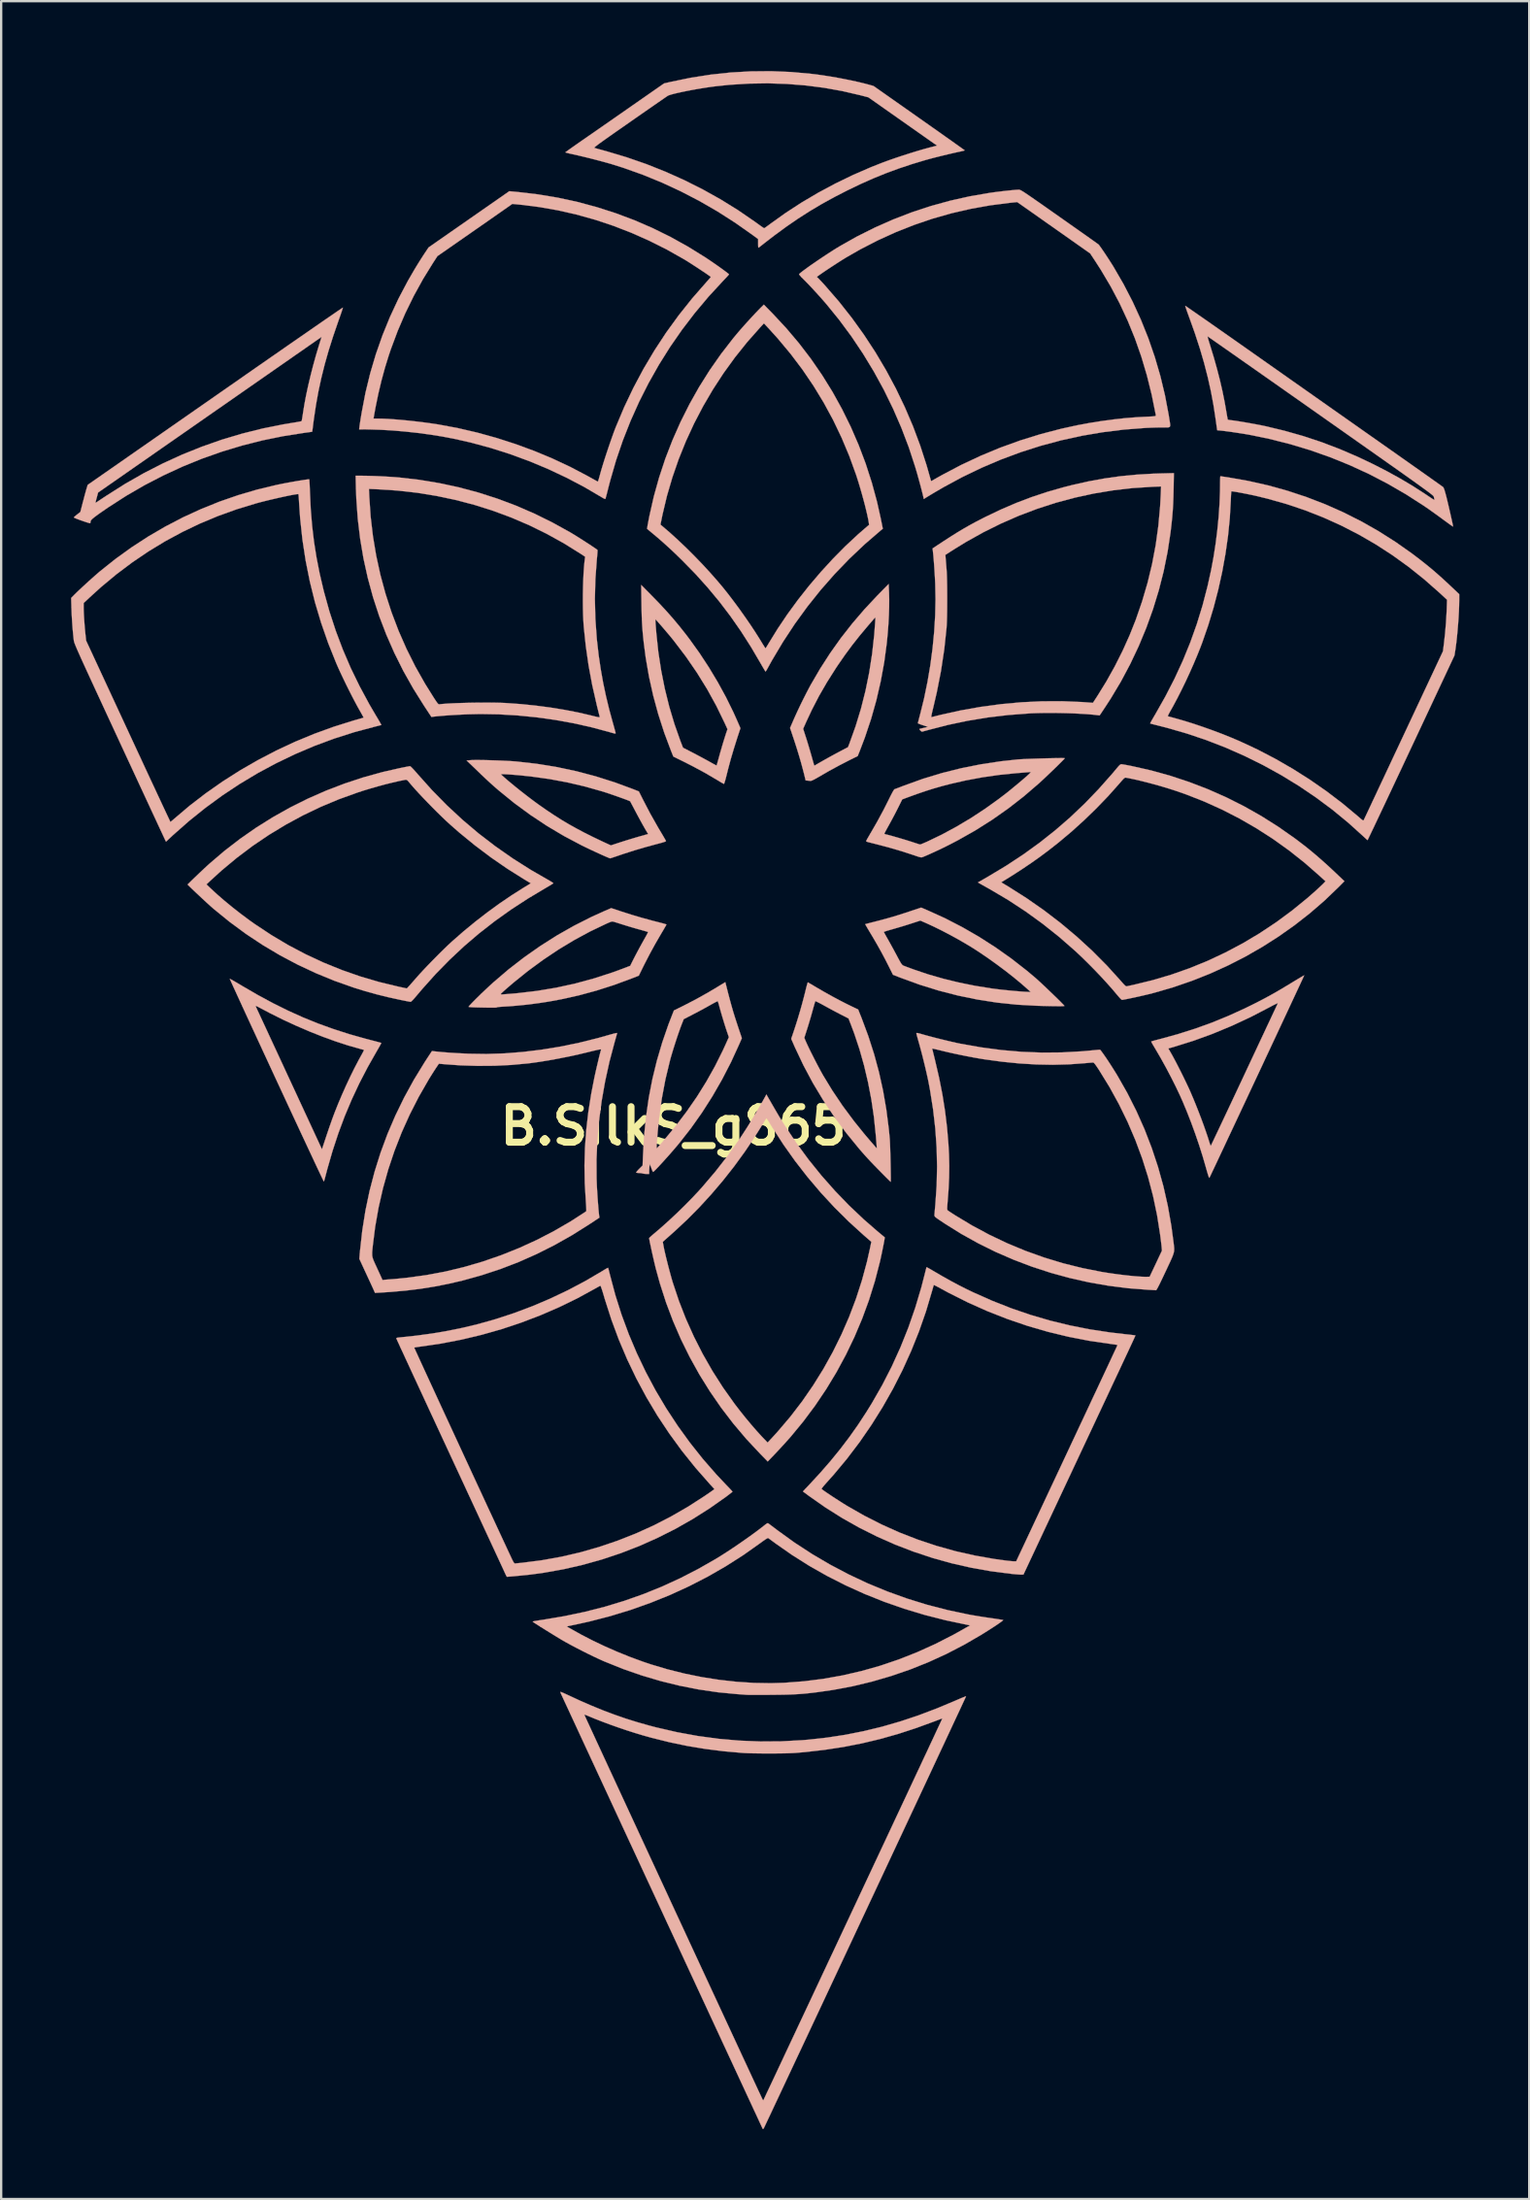
<source format=kicad_pcb>
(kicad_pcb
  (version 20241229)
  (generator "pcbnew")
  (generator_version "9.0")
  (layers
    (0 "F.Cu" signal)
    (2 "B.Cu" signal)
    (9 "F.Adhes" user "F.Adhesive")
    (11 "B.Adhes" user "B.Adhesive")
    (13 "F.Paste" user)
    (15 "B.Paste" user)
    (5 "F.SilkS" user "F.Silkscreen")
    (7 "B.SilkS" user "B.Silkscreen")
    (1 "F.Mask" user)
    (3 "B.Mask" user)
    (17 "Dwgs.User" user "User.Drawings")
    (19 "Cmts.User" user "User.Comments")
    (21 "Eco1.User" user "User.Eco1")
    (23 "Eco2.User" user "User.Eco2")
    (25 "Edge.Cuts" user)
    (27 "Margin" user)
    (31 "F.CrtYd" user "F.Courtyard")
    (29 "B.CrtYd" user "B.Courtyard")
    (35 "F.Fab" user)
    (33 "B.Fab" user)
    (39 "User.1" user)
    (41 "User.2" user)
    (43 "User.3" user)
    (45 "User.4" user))
  (footprint "B.SilkS_g865"
    (layer "F.Cu")
    (at 25.856 45.292)
    (property "Reference" "B.SilkS_g865" (at 0 0 0) (layer "F.SilkS") (effects (font (size 1.524 1.524) (thickness 0.3))))
    (attr through_hole)
    (fp_poly (pts (xy -0.949 -22.796) (xy -0.611 -22.449) (xy -0.302 -22.116) (xy -0.013 -21.789) (xy 0.262 -21.46) (xy 0.532 -21.12) (xy 0.697 -20.902) (xy 1.124 -20.307) (xy 1.529 -19.69) (xy 1.908 -19.058) (xy 2.258 -18.418) (xy 2.574 -17.777) (xy 2.751 -17.383) (xy 2.881 -17.082) (xy 2.74 -16.653) (xy 2.6 -16.207) (xy 2.469 -15.765) (xy 2.354 -15.338) (xy 2.286 -15.065) (xy 2.254 -14.939) (xy 2.225 -14.833) (xy 2.2 -14.753) (xy 2.182 -14.704) (xy 2.172 -14.692) (xy 2.147 -14.704) (xy 2.092 -14.733) (xy 2.015 -14.778) (xy 1.921 -14.834) (xy 1.852 -14.876) (xy 1.357 -15.166) (xy 0.829 -15.451) (xy 0.44 -15.649) (xy 0.001 -15.864) (xy -0.097 -16.108) (xy -0.389 -16.887) (xy -0.645 -17.681) (xy -0.864 -18.486) (xy -1.044 -19.297) (xy -1.185 -20.109) (xy -1.269 -20.754) (xy -1.292 -20.97) (xy -1.311 -21.163) (xy -1.326 -21.342) (xy -1.338 -21.516) (xy -1.348 -21.694) (xy -1.349 -21.738) (xy -0.77 -21.738) (xy -0.768 -21.676) (xy -0.762 -21.572) (xy -0.751 -21.428) (xy -0.736 -21.244) (xy -0.729 -21.156) (xy -0.644 -20.355) (xy -0.522 -19.561) (xy -0.366 -18.778) (xy -0.176 -18.011) (xy 0.047 -17.263) (xy 0.302 -16.54) (xy 0.334 -16.457) (xy 0.416 -16.245) (xy 0.849 -16.022) (xy 0.995 -15.945) (xy 1.15 -15.863) (xy 1.302 -15.781) (xy 1.44 -15.706) (xy 1.553 -15.644) (xy 1.566 -15.636) (xy 1.664 -15.581) (xy 1.749 -15.535) (xy 1.813 -15.502) (xy 1.851 -15.484) (xy 1.858 -15.482) (xy 1.866 -15.504) (xy 1.882 -15.56) (xy 1.906 -15.643) (xy 1.935 -15.746) (xy 1.96 -15.836) (xy 2.018 -16.046) (xy 2.08 -16.26) (xy 2.141 -16.467) (xy 2.2 -16.657) (xy 2.252 -16.821) (xy 2.275 -16.89) (xy 2.326 -17.039) (xy 2.203 -17.309) (xy 1.847 -18.041) (xy 1.451 -18.76) (xy 1.015 -19.465) (xy 0.539 -20.157) (xy 0.023 -20.835) (xy -0.066 -20.946) (xy -0.126 -21.019) (xy -0.2 -21.108) (xy -0.284 -21.206) (xy -0.372 -21.31) (xy -0.461 -21.414) (xy -0.546 -21.512) (xy -0.624 -21.601) (xy -0.688 -21.674) (xy -0.737 -21.728) (xy -0.764 -21.756) (xy -0.768 -21.759) (xy -0.77 -21.738) (xy -1.349 -21.738) (xy -1.355 -21.884) (xy -1.361 -22.094) (xy -1.365 -22.334) (xy -1.367 -22.468) (xy -1.378 -23.23) (xy -0.949 -22.796)) (stroke (width 0.01) (type solid)) (fill yes) (layer "B.SilkS"))
    (fp_poly (pts (xy 9.261 -22.913) (xy 9.268 -22.618) (xy 9.266 -22.289) (xy 9.255 -21.935) (xy 9.235 -21.562) (xy 9.207 -21.18) (xy 9.17 -20.794) (xy 9.164 -20.733) (xy 9.055 -19.917) (xy 8.905 -19.099) (xy 8.717 -18.285) (xy 8.491 -17.482) (xy 8.228 -16.695) (xy 8.013 -16.129) (xy 7.916 -15.886) (xy 7.553 -15.706) (xy 7.105 -15.475) (xy 6.642 -15.222) (xy 6.251 -14.995) (xy 6.139 -14.931) (xy 6.042 -14.878) (xy 5.964 -14.841) (xy 5.914 -14.822) (xy 5.901 -14.82) (xy 5.848 -14.825) (xy 5.779 -14.831) (xy 5.767 -14.832) (xy 5.681 -14.84) (xy 5.621 -15.088) (xy 5.559 -15.328) (xy 5.486 -15.597) (xy 5.403 -15.883) (xy 5.314 -16.176) (xy 5.222 -16.464) (xy 5.172 -16.615) (xy 5.024 -17.056) (xy 5.574 -17.056) (xy 5.688 -16.703) (xy 5.733 -16.562) (xy 5.784 -16.395) (xy 5.837 -16.218) (xy 5.887 -16.047) (xy 5.918 -15.938) (xy 5.954 -15.812) (xy 5.986 -15.697) (xy 6.013 -15.603) (xy 6.033 -15.535) (xy 6.044 -15.499) (xy 6.044 -15.497) (xy 6.058 -15.48) (xy 6.086 -15.489) (xy 6.102 -15.499) (xy 6.135 -15.519) (xy 6.198 -15.556) (xy 6.284 -15.605) (xy 6.387 -15.664) (xy 6.488 -15.722) (xy 6.63 -15.801) (xy 6.791 -15.89) (xy 6.956 -15.98) (xy 7.108 -16.061) (xy 7.163 -16.09) (xy 7.499 -16.267) (xy 7.561 -16.425) (xy 7.827 -17.169) (xy 8.057 -17.922) (xy 8.251 -18.689) (xy 8.41 -19.471) (xy 8.535 -20.273) (xy 8.626 -21.096) (xy 8.667 -21.643) (xy 8.673 -21.738) (xy 8.675 -21.797) (xy 8.672 -21.826) (xy 8.664 -21.831) (xy 8.649 -21.818) (xy 8.642 -21.81) (xy 8.616 -21.78) (xy 8.568 -21.724) (xy 8.503 -21.648) (xy 8.425 -21.558) (xy 8.35 -21.471) (xy 8.005 -21.06) (xy 7.683 -20.652) (xy 7.374 -20.234) (xy 7.068 -19.793) (xy 6.975 -19.653) (xy 6.596 -19.055) (xy 6.253 -18.461) (xy 5.944 -17.863) (xy 5.704 -17.349) (xy 5.574 -17.056) (xy 5.024 -17.056) (xy 5.012 -17.09) (xy 5.144 -17.398) (xy 5.235 -17.603) (xy 5.341 -17.834) (xy 5.457 -18.078) (xy 5.578 -18.324) (xy 5.698 -18.562) (xy 5.812 -18.781) (xy 5.894 -18.934) (xy 6.3 -19.631) (xy 6.73 -20.299) (xy 7.188 -20.944) (xy 7.678 -21.57) (xy 8.202 -22.182) (xy 8.765 -22.783) (xy 8.819 -22.838) (xy 9.245 -23.272) (xy 9.261 -22.913)) (stroke (width 0.01) (type solid)) (fill yes) (layer "B.SilkS"))
    (fp_poly (pts (xy -19.021 -6.315) (xy -18.97 -6.288) (xy -18.892 -6.244) (xy -18.791 -6.186) (xy -18.672 -6.116) (xy -18.541 -6.038) (xy -18.507 -6.017) (xy -17.84 -5.63) (xy -17.187 -5.277) (xy -16.541 -4.957) (xy -15.896 -4.666) (xy -15.246 -4.403) (xy -14.585 -4.164) (xy -13.906 -3.946) (xy -13.204 -3.748) (xy -13.041 -3.706) (xy -12.903 -3.67) (xy -12.779 -3.638) (xy -12.675 -3.61) (xy -12.596 -3.588) (xy -12.549 -3.574) (xy -12.538 -3.57) (xy -12.545 -3.55) (xy -12.571 -3.499) (xy -12.612 -3.424) (xy -12.666 -3.33) (xy -12.727 -3.225) (xy -13.12 -2.532) (xy -13.48 -1.838) (xy -13.808 -1.137) (xy -14.108 -0.424) (xy -14.381 0.308) (xy -14.629 1.063) (xy -14.856 1.849) (xy -14.954 2.223) (xy -14.974 2.294) (xy -14.992 2.349) (xy -15.004 2.374) (xy -15.014 2.356) (xy -15.041 2.302) (xy -15.084 2.213) (xy -15.143 2.09) (xy -15.216 1.936) (xy -15.303 1.751) (xy -15.403 1.539) (xy -15.515 1.3) (xy -15.638 1.036) (xy -15.772 0.749) (xy -15.916 0.441) (xy -16.069 0.113) (xy -16.23 -0.233) (xy -16.399 -0.595) (xy -16.574 -0.972) (xy -16.755 -1.362) (xy -16.941 -1.763) (xy -17.034 -1.963) (xy -17.222 -2.369) (xy -17.405 -2.765) (xy -17.583 -3.149) (xy -17.754 -3.52) (xy -17.918 -3.875) (xy -18.075 -4.213) (xy -18.222 -4.532) (xy -18.36 -4.831) (xy -18.487 -5.108) (xy -18.506 -5.15) (xy -17.933 -5.15) (xy -17.922 -5.127) (xy -17.894 -5.067) (xy -17.851 -4.974) (xy -17.792 -4.848) (xy -17.72 -4.691) (xy -17.634 -4.507) (xy -17.537 -4.297) (xy -17.428 -4.063) (xy -17.31 -3.807) (xy -17.182 -3.532) (xy -17.046 -3.239) (xy -16.903 -2.93) (xy -16.753 -2.607) (xy -16.599 -2.273) (xy -16.499 -2.058) (xy -15.084 0.995) (xy -14.889 0.408) (xy -14.83 0.232) (xy -14.766 0.045) (xy -14.7 -0.141) (xy -14.638 -0.317) (xy -14.581 -0.471) (xy -14.543 -0.572) (xy -14.39 -0.957) (xy -14.223 -1.35) (xy -14.048 -1.743) (xy -13.868 -2.127) (xy -13.688 -2.492) (xy -13.512 -2.829) (xy -13.422 -2.992) (xy -13.369 -3.088) (xy -13.325 -3.17) (xy -13.293 -3.231) (xy -13.277 -3.265) (xy -13.276 -3.269) (xy -13.298 -3.276) (xy -13.351 -3.291) (xy -13.426 -3.311) (xy -13.462 -3.321) (xy -13.972 -3.466) (xy -14.505 -3.64) (xy -15.055 -3.84) (xy -15.617 -4.062) (xy -16.184 -4.306) (xy -16.749 -4.567) (xy -17.308 -4.845) (xy -17.734 -5.07) (xy -17.834 -5.122) (xy -17.899 -5.152) (xy -17.931 -5.16) (xy -17.933 -5.15) (xy -18.506 -5.15) (xy -18.603 -5.361) (xy -18.708 -5.588) (xy -18.799 -5.788) (xy -18.878 -5.959) (xy -18.941 -6.099) (xy -18.99 -6.207) (xy -19.023 -6.281) (xy -19.039 -6.319) (xy -19.041 -6.324) (xy -19.021 -6.315)) (stroke (width 0.01) (type solid)) (fill yes) (layer "B.SilkS"))
    (fp_poly (pts (xy 2.341 -5.75) (xy 2.417 -5.46) (xy 2.49 -5.192) (xy 2.564 -4.934) (xy 2.645 -4.672) (xy 2.736 -4.391) (xy 2.785 -4.242) (xy 2.942 -3.775) (xy 2.828 -3.512) (xy 2.477 -2.746) (xy 2.091 -1.999) (xy 1.674 -1.274) (xy 1.227 -0.574) (xy 0.752 0.097) (xy 0.251 0.737) (xy 0.221 0.773) (xy 0.123 0.889) (xy 0.015 1.015) (xy -0.1 1.148) (xy -0.218 1.282) (xy -0.337 1.414) (xy -0.451 1.541) (xy -0.559 1.658) (xy -0.656 1.762) (xy -0.739 1.849) (xy -0.805 1.915) (xy -0.849 1.956) (xy -0.868 1.968) (xy -0.882 1.95) (xy -0.905 1.9) (xy -0.933 1.829) (xy -0.945 1.798) (xy -1.005 1.627) (xy -1.02 1.708) (xy -1.028 1.775) (xy -1.034 1.861) (xy -1.036 1.921) (xy -1.037 2.053) (xy -1.159 2.052) (xy -1.234 2.048) (xy -1.296 2.039) (xy -1.323 2.032) (xy -1.368 2.021) (xy -1.436 2.014) (xy -1.475 2.012) (xy -1.539 2.008) (xy -1.584 2) (xy -1.596 1.993) (xy -1.586 1.972) (xy -1.552 1.929) (xy -1.5 1.871) (xy -1.462 1.833) (xy -1.318 1.69) (xy -1.303 1.284) (xy -1.282 0.907) (xy -0.716 0.907) (xy -0.713 0.934) (xy -0.708 0.945) (xy -0.702 0.944) (xy -0.681 0.924) (xy -0.638 0.877) (xy -0.577 0.809) (xy -0.503 0.725) (xy -0.429 0.639) (xy 0.092 0.009) (xy 0.572 -0.624) (xy 1.014 -1.262) (xy 1.418 -1.91) (xy 1.787 -2.568) (xy 2.123 -3.241) (xy 2.233 -3.481) (xy 2.385 -3.818) (xy 2.305 -4.052) (xy 2.253 -4.208) (xy 2.195 -4.391) (xy 2.134 -4.591) (xy 2.074 -4.793) (xy 2.019 -4.985) (xy 1.978 -5.133) (xy 1.954 -5.223) (xy 1.931 -5.296) (xy 1.915 -5.345) (xy 1.908 -5.36) (xy 1.886 -5.355) (xy 1.834 -5.331) (xy 1.757 -5.292) (xy 1.663 -5.241) (xy 1.577 -5.192) (xy 1.453 -5.123) (xy 1.305 -5.041) (xy 1.144 -4.954) (xy 0.985 -4.869) (xy 0.853 -4.801) (xy 0.447 -4.591) (xy 0.358 -4.365) (xy 0.298 -4.206) (xy 0.231 -4.017) (xy 0.159 -3.806) (xy 0.086 -3.583) (xy 0.015 -3.358) (xy -0.051 -3.141) (xy -0.11 -2.941) (xy -0.144 -2.815) (xy -0.338 -2.01) (xy -0.493 -1.187) (xy -0.61 -0.346) (xy -0.665 0.191) (xy -0.682 0.394) (xy -0.695 0.559) (xy -0.705 0.689) (xy -0.712 0.788) (xy -0.715 0.859) (xy -0.716 0.907) (xy -1.282 0.907) (xy -1.255 0.428) (xy -1.171 -0.407) (xy -1.052 -1.224) (xy -0.897 -2.025) (xy -0.704 -2.814) (xy -0.474 -3.595) (xy -0.206 -4.371) (xy -0.021 -4.847) (xy 0.026 -4.964) (xy 0.42 -5.158) (xy 0.965 -5.44) (xy 1.525 -5.754) (xy 1.868 -5.959) (xy 2.232 -6.18) (xy 2.341 -5.75)) (stroke (width 0.01) (type solid)) (fill yes) (layer "B.SilkS"))
    (fp_poly (pts (xy 10.924 -9.26) (xy 11.666 -8.923) (xy 12.399 -8.545) (xy 13.119 -8.13) (xy 13.822 -7.68) (xy 14.507 -7.196) (xy 15.168 -6.68) (xy 15.547 -6.362) (xy 15.621 -6.296) (xy 15.712 -6.213) (xy 15.817 -6.116) (xy 15.932 -6.008) (xy 16.053 -5.893) (xy 16.176 -5.775) (xy 16.298 -5.658) (xy 16.415 -5.545) (xy 16.522 -5.44) (xy 16.617 -5.346) (xy 16.694 -5.267) (xy 16.752 -5.207) (xy 16.785 -5.17) (xy 16.791 -5.159) (xy 16.767 -5.153) (xy 16.701 -5.149) (xy 16.598 -5.147) (xy 16.457 -5.148) (xy 16.281 -5.15) (xy 16.072 -5.154) (xy 15.831 -5.16) (xy 15.61 -5.166) (xy 14.752 -5.213) (xy 13.901 -5.302) (xy 13.057 -5.433) (xy 12.221 -5.605) (xy 11.39 -5.819) (xy 10.566 -6.075) (xy 9.747 -6.373) (xy 9.747 -6.373) (xy 9.43 -6.497) (xy 9.242 -6.873) (xy 9.09 -7.172) (xy 8.934 -7.465) (xy 8.768 -7.763) (xy 8.586 -8.077) (xy 8.474 -8.264) (xy 8.431 -8.335) (xy 9.038 -8.335) (xy 9.048 -8.312) (xy 9.076 -8.26) (xy 9.118 -8.184) (xy 9.17 -8.092) (xy 9.2 -8.039) (xy 9.261 -7.93) (xy 9.336 -7.796) (xy 9.418 -7.646) (xy 9.501 -7.493) (xy 9.579 -7.348) (xy 9.584 -7.339) (xy 9.657 -7.201) (xy 9.714 -7.097) (xy 9.758 -7.02) (xy 9.793 -6.966) (xy 9.822 -6.93) (xy 9.847 -6.907) (xy 9.873 -6.892) (xy 9.882 -6.887) (xy 9.927 -6.87) (xy 10.003 -6.841) (xy 10.103 -6.804) (xy 10.219 -6.761) (xy 10.329 -6.721) (xy 10.946 -6.513) (xy 11.593 -6.327) (xy 12.26 -6.164) (xy 12.941 -6.026) (xy 13.626 -5.915) (xy 13.843 -5.886) (xy 14.016 -5.865) (xy 14.207 -5.844) (xy 14.406 -5.824) (xy 14.605 -5.805) (xy 14.797 -5.789) (xy 14.971 -5.775) (xy 15.119 -5.766) (xy 15.223 -5.761) (xy 15.344 -5.757) (xy 15.244 -5.848) (xy 14.941 -6.115) (xy 14.607 -6.391) (xy 14.25 -6.671) (xy 13.878 -6.949) (xy 13.5 -7.219) (xy 13.124 -7.474) (xy 12.802 -7.681) (xy 12.504 -7.86) (xy 12.185 -8.043) (xy 11.855 -8.223) (xy 11.525 -8.395) (xy 11.203 -8.554) (xy 10.901 -8.694) (xy 10.8 -8.739) (xy 10.605 -8.823) (xy 10.197 -8.691) (xy 10.038 -8.64) (xy 9.86 -8.585) (xy 9.679 -8.531) (xy 9.511 -8.482) (xy 9.414 -8.454) (xy 9.295 -8.42) (xy 9.192 -8.39) (xy 9.11 -8.364) (xy 9.057 -8.345) (xy 9.038 -8.335) (xy 8.431 -8.335) (xy 8.405 -8.38) (xy 8.343 -8.483) (xy 8.294 -8.569) (xy 8.258 -8.631) (xy 8.24 -8.664) (xy 8.239 -8.669) (xy 8.26 -8.675) (xy 8.316 -8.69) (xy 8.4 -8.712) (xy 8.506 -8.74) (xy 8.628 -8.77) (xy 8.636 -8.773) (xy 8.906 -8.842) (xy 9.153 -8.909) (xy 9.389 -8.976) (xy 9.629 -9.049) (xy 9.883 -9.13) (xy 10.13 -9.211) (xy 10.64 -9.381) (xy 10.924 -9.26)) (stroke (width 0.01) (type solid)) (fill yes) (layer "B.SilkS"))
    (fp_poly (pts (xy 5.797 -6.16) (xy 5.85 -6.129) (xy 5.928 -6.083) (xy 6.026 -6.025) (xy 6.14 -5.958) (xy 6.202 -5.921) (xy 6.503 -5.747) (xy 6.813 -5.574) (xy 7.122 -5.408) (xy 7.418 -5.256) (xy 7.647 -5.144) (xy 7.936 -5.006) (xy 8.088 -4.625) (xy 8.372 -3.861) (xy 8.619 -3.092) (xy 8.83 -2.312) (xy 9.005 -1.519) (xy 9.145 -0.709) (xy 9.251 0.123) (xy 9.293 0.561) (xy 9.297 0.632) (xy 9.302 0.732) (xy 9.307 0.857) (xy 9.312 1.002) (xy 9.317 1.161) (xy 9.321 1.329) (xy 9.325 1.501) (xy 9.329 1.671) (xy 9.332 1.835) (xy 9.334 1.988) (xy 9.336 2.123) (xy 9.337 2.236) (xy 9.336 2.322) (xy 9.334 2.376) (xy 9.332 2.392) (xy 9.315 2.377) (xy 9.273 2.337) (xy 9.21 2.274) (xy 9.128 2.194) (xy 9.034 2.099) (xy 8.952 2.016) (xy 8.774 1.835) (xy 8.62 1.677) (xy 8.485 1.536) (xy 8.363 1.406) (xy 8.248 1.28) (xy 8.134 1.151) (xy 8.015 1.015) (xy 7.979 0.973) (xy 7.427 0.298) (xy 6.912 -0.397) (xy 6.434 -1.114) (xy 5.992 -1.85) (xy 5.589 -2.605) (xy 5.223 -3.378) (xy 5.189 -3.455) (xy 5.062 -3.746) (xy 5.076 -3.789) (xy 5.623 -3.789) (xy 5.694 -3.625) (xy 5.748 -3.505) (xy 5.818 -3.356) (xy 5.901 -3.186) (xy 5.993 -3.004) (xy 6.089 -2.815) (xy 6.185 -2.63) (xy 6.278 -2.455) (xy 6.363 -2.299) (xy 6.421 -2.195) (xy 6.826 -1.529) (xy 7.271 -0.868) (xy 7.756 -0.215) (xy 8.177 0.307) (xy 8.254 0.399) (xy 8.339 0.499) (xy 8.425 0.6) (xy 8.509 0.697) (xy 8.586 0.786) (xy 8.651 0.861) (xy 8.701 0.916) (xy 8.73 0.947) (xy 8.735 0.952) (xy 8.736 0.933) (xy 8.733 0.885) (xy 8.73 0.841) (xy 8.725 0.784) (xy 8.718 0.694) (xy 8.708 0.58) (xy 8.698 0.451) (xy 8.688 0.339) (xy 8.611 -0.405) (xy 8.501 -1.147) (xy 8.36 -1.881) (xy 8.19 -2.602) (xy 7.992 -3.303) (xy 7.767 -3.979) (xy 7.624 -4.359) (xy 7.521 -4.622) (xy 7.173 -4.8) (xy 7.032 -4.874) (xy 6.869 -4.96) (xy 6.701 -5.051) (xy 6.544 -5.137) (xy 6.469 -5.178) (xy 6.358 -5.239) (xy 6.259 -5.291) (xy 6.179 -5.331) (xy 6.123 -5.355) (xy 6.097 -5.362) (xy 6.097 -5.362) (xy 6.087 -5.337) (xy 6.068 -5.277) (xy 6.043 -5.191) (xy 6.012 -5.084) (xy 5.982 -4.974) (xy 5.941 -4.826) (xy 5.892 -4.654) (xy 5.838 -4.473) (xy 5.786 -4.3) (xy 5.753 -4.196) (xy 5.623 -3.789) (xy 5.076 -3.789) (xy 5.188 -4.122) (xy 5.271 -4.377) (xy 5.358 -4.657) (xy 5.445 -4.951) (xy 5.528 -5.245) (xy 5.603 -5.526) (xy 5.668 -5.781) (xy 5.673 -5.805) (xy 5.702 -5.923) (xy 5.729 -6.026) (xy 5.751 -6.105) (xy 5.768 -6.157) (xy 5.776 -6.172) (xy 5.797 -6.16)) (stroke (width 0.01) (type solid)) (fill yes) (layer "B.SilkS"))
    (fp_poly (pts (xy -2.217 -9.209) (xy -1.794 -9.074) (xy -1.355 -8.944) (xy -0.92 -8.825) (xy -0.63 -8.751) (xy -0.518 -8.722) (xy -0.422 -8.696) (xy -0.349 -8.675) (xy -0.305 -8.659) (xy -0.296 -8.653) (xy -0.307 -8.631) (xy -0.336 -8.578) (xy -0.38 -8.501) (xy -0.436 -8.404) (xy -0.502 -8.294) (xy -0.515 -8.272) (xy -0.769 -7.835) (xy -1.004 -7.406) (xy -1.233 -6.963) (xy -1.282 -6.865) (xy -1.482 -6.459) (xy -1.805 -6.332) (xy -2.557 -6.055) (xy -3.303 -5.817) (xy -4.051 -5.614) (xy -4.809 -5.445) (xy -5.347 -5.346) (xy -5.674 -5.295) (xy -6.017 -5.248) (xy -6.366 -5.206) (xy -6.708 -5.172) (xy -7.031 -5.145) (xy -7.287 -5.13) (xy -7.392 -5.123) (xy -7.48 -5.116) (xy -7.544 -5.108) (xy -7.576 -5.1) (xy -7.578 -5.098) (xy -7.583 -5.093) (xy -7.601 -5.089) (xy -7.636 -5.087) (xy -7.691 -5.085) (xy -7.769 -5.085) (xy -7.874 -5.086) (xy -8.01 -5.087) (xy -8.181 -5.09) (xy -8.389 -5.094) (xy -8.456 -5.096) (xy -8.568 -5.099) (xy -8.665 -5.104) (xy -8.739 -5.11) (xy -8.782 -5.117) (xy -8.79 -5.12) (xy -8.78 -5.138) (xy -8.743 -5.183) (xy -8.682 -5.248) (xy -8.601 -5.332) (xy -8.504 -5.431) (xy -8.394 -5.54) (xy -8.274 -5.657) (xy -8.267 -5.664) (xy -7.407 -5.664) (xy -7.395 -5.653) (xy -7.362 -5.652) (xy -7.309 -5.655) (xy -7.239 -5.661) (xy -7.145 -5.668) (xy -7.022 -5.678) (xy -6.884 -5.689) (xy -6.744 -5.701) (xy -6.689 -5.706) (xy -5.856 -5.804) (xy -5.027 -5.942) (xy -4.206 -6.122) (xy -3.394 -6.343) (xy -2.594 -6.603) (xy -2.19 -6.751) (xy -1.85 -6.881) (xy -1.759 -7.065) (xy -1.698 -7.186) (xy -1.622 -7.333) (xy -1.535 -7.498) (xy -1.443 -7.669) (xy -1.351 -7.837) (xy -1.264 -7.993) (xy -1.202 -8.103) (xy -1.154 -8.189) (xy -1.116 -8.261) (xy -1.092 -8.311) (xy -1.086 -8.332) (xy -1.086 -8.332) (xy -1.109 -8.341) (xy -1.166 -8.358) (xy -1.249 -8.383) (xy -1.353 -8.412) (xy -1.442 -8.437) (xy -1.594 -8.479) (xy -1.766 -8.529) (xy -1.94 -8.581) (xy -2.096 -8.629) (xy -2.127 -8.639) (xy -2.247 -8.676) (xy -2.359 -8.712) (xy -2.455 -8.742) (xy -2.524 -8.763) (xy -2.551 -8.771) (xy -2.587 -8.781) (xy -2.621 -8.784) (xy -2.66 -8.777) (xy -2.713 -8.759) (xy -2.788 -8.728) (xy -2.885 -8.685) (xy -3.572 -8.356) (xy -4.255 -7.987) (xy -4.929 -7.58) (xy -5.59 -7.138) (xy -6.235 -6.664) (xy -6.861 -6.16) (xy -7.09 -5.963) (xy -7.209 -5.859) (xy -7.299 -5.78) (xy -7.36 -5.724) (xy -7.396 -5.686) (xy -7.407 -5.664) (xy -8.267 -5.664) (xy -8.149 -5.777) (xy -8.022 -5.897) (xy -7.897 -6.014) (xy -7.777 -6.124) (xy -7.725 -6.171) (xy -7.077 -6.725) (xy -6.404 -7.246) (xy -5.708 -7.734) (xy -4.992 -8.188) (xy -4.258 -8.604) (xy -3.508 -8.983) (xy -2.968 -9.228) (xy -2.666 -9.358) (xy -2.217 -9.209)) (stroke (width 0.01) (type solid)) (fill yes) (layer "B.SilkS"))
    (fp_poly (pts (xy -8.34 -15.716) (xy -8.17 -15.714) (xy -7.982 -15.71) (xy -7.784 -15.704) (xy -7.582 -15.698) (xy -7.382 -15.69) (xy -7.19 -15.681) (xy -7.013 -15.672) (xy -6.857 -15.662) (xy -6.742 -15.653) (xy -5.873 -15.555) (xy -5.016 -15.416) (xy -4.171 -15.237) (xy -3.337 -15.017) (xy -2.513 -14.756) (xy -1.761 -14.479) (xy -1.48 -14.368) (xy -1.3 -14.01) (xy -0.984 -13.404) (xy -0.643 -12.801) (xy -0.543 -12.634) (xy -0.475 -12.52) (xy -0.415 -12.418) (xy -0.366 -12.333) (xy -0.331 -12.272) (xy -0.314 -12.239) (xy -0.313 -12.236) (xy -0.331 -12.222) (xy -0.387 -12.199) (xy -0.481 -12.17) (xy -0.608 -12.135) (xy -0.669 -12.119) (xy -1.155 -11.988) (xy -1.647 -11.844) (xy -2.123 -11.692) (xy -2.268 -11.643) (xy -2.395 -11.599) (xy -2.509 -11.561) (xy -2.603 -11.53) (xy -2.671 -11.507) (xy -2.708 -11.496) (xy -2.712 -11.495) (xy -2.736 -11.503) (xy -2.752 -11.509) (xy -2.819 -11.536) (xy -2.918 -11.578) (xy -3.042 -11.633) (xy -3.183 -11.697) (xy -3.336 -11.767) (xy -3.493 -11.84) (xy -3.647 -11.913) (xy -3.793 -11.983) (xy -3.923 -12.046) (xy -3.942 -12.056) (xy -4.696 -12.455) (xy -5.426 -12.889) (xy -6.134 -13.358) (xy -6.822 -13.863) (xy -7.49 -14.406) (xy -7.526 -14.437) (xy -7.621 -14.519) (xy -7.708 -14.595) (xy -7.79 -14.668) (xy -7.874 -14.744) (xy -7.964 -14.827) (xy -8.066 -14.922) (xy -8.183 -15.033) (xy -8.253 -15.1) (xy -7.399 -15.1) (xy -7.398 -15.098) (xy -7.28 -14.99) (xy -7.134 -14.862) (xy -6.964 -14.72) (xy -6.777 -14.566) (xy -6.579 -14.407) (xy -6.376 -14.248) (xy -6.172 -14.091) (xy -5.975 -13.943) (xy -5.789 -13.807) (xy -5.782 -13.802) (xy -5.452 -13.571) (xy -5.131 -13.357) (xy -4.813 -13.155) (xy -4.492 -12.963) (xy -4.159 -12.777) (xy -3.81 -12.592) (xy -3.437 -12.406) (xy -3.033 -12.213) (xy -2.764 -12.089) (xy -2.681 -12.051) (xy -2.245 -12.193) (xy -2.085 -12.244) (xy -1.91 -12.298) (xy -1.732 -12.352) (xy -1.568 -12.401) (xy -1.445 -12.436) (xy -1.081 -12.539) (xy -1.12 -12.604) (xy -1.209 -12.754) (xy -1.313 -12.937) (xy -1.428 -13.146) (xy -1.552 -13.375) (xy -1.626 -13.515) (xy -1.69 -13.637) (xy -1.747 -13.745) (xy -1.795 -13.835) (xy -1.83 -13.901) (xy -1.849 -13.938) (xy -1.852 -13.943) (xy -1.875 -13.955) (xy -1.931 -13.979) (xy -2.017 -14.012) (xy -2.125 -14.052) (xy -2.251 -14.097) (xy -2.388 -14.146) (xy -2.53 -14.196) (xy -2.673 -14.245) (xy -2.809 -14.291) (xy -2.934 -14.332) (xy -3.037 -14.365) (xy -3.786 -14.577) (xy -4.545 -14.755) (xy -5.319 -14.899) (xy -6.115 -15.01) (xy -6.583 -15.059) (xy -6.779 -15.076) (xy -6.954 -15.09) (xy -7.105 -15.1) (xy -7.228 -15.106) (xy -7.321 -15.108) (xy -7.379 -15.106) (xy -7.399 -15.1) (xy -8.253 -15.1) (xy -8.322 -15.166) (xy -8.453 -15.292) (xy -8.874 -15.695) (xy -8.686 -15.711) (xy -8.605 -15.715) (xy -8.487 -15.716) (xy -8.34 -15.716)) (stroke (width 0.01) (type solid)) (fill yes) (layer "B.SilkS"))
    (fp_poly (pts (xy 4.267 -34.878) (xy 4.845 -34.258) (xy 5.392 -33.611) (xy 5.906 -32.939) (xy 6.386 -32.243) (xy 6.832 -31.523) (xy 7.242 -30.782) (xy 7.617 -30.021) (xy 7.955 -29.241) (xy 8.257 -28.443) (xy 8.52 -27.629) (xy 8.745 -26.801) (xy 8.902 -26.099) (xy 8.994 -25.645) (xy 8.916 -25.581) (xy 8.222 -24.983) (xy 7.559 -24.356) (xy 6.927 -23.7) (xy 6.326 -23.016) (xy 5.757 -22.303) (xy 5.218 -21.562) (xy 4.712 -20.793) (xy 4.237 -19.996) (xy 4.033 -19.627) (xy 3.999 -19.568) (xy 3.972 -19.527) (xy 3.96 -19.516) (xy 3.945 -19.533) (xy 3.914 -19.582) (xy 3.87 -19.656) (xy 3.815 -19.749) (xy 3.758 -19.849) (xy 3.337 -20.566) (xy 2.902 -21.247) (xy 2.449 -21.896) (xy 1.974 -22.52) (xy 1.474 -23.122) (xy 0.946 -23.708) (xy 0.388 -24.279) (xy 0.103 -24.557) (xy -0.166 -24.81) (xy -0.426 -25.046) (xy -0.688 -25.274) (xy -0.886 -25.44) (xy -1.126 -25.64) (xy -1.112 -25.737) (xy -1.103 -25.79) (xy -1.097 -25.822) (xy -0.552 -25.822) (xy -0.482 -25.764) (xy -0.148 -25.478) (xy 0.201 -25.161) (xy 0.557 -24.822) (xy 0.914 -24.466) (xy 1.265 -24.102) (xy 1.602 -23.735) (xy 1.92 -23.373) (xy 2.128 -23.125) (xy 2.355 -22.841) (xy 2.592 -22.53) (xy 2.834 -22.203) (xy 3.073 -21.866) (xy 3.304 -21.531) (xy 3.52 -21.204) (xy 3.715 -20.896) (xy 3.779 -20.791) (xy 3.837 -20.695) (xy 3.889 -20.613) (xy 3.928 -20.551) (xy 3.953 -20.516) (xy 3.958 -20.511) (xy 3.972 -20.528) (xy 4.003 -20.575) (xy 4.046 -20.644) (xy 4.096 -20.728) (xy 4.481 -21.353) (xy 4.901 -21.977) (xy 5.353 -22.595) (xy 5.832 -23.201) (xy 6.333 -23.789) (xy 6.851 -24.354) (xy 7.381 -24.891) (xy 7.92 -25.394) (xy 8.198 -25.636) (xy 8.405 -25.813) (xy 8.393 -25.897) (xy 8.368 -26.044) (xy 8.33 -26.225) (xy 8.282 -26.432) (xy 8.226 -26.66) (xy 8.162 -26.901) (xy 8.093 -27.151) (xy 8.021 -27.401) (xy 7.948 -27.645) (xy 7.874 -27.878) (xy 7.843 -27.972) (xy 7.552 -28.774) (xy 7.223 -29.556) (xy 6.858 -30.319) (xy 6.455 -31.061) (xy 6.015 -31.783) (xy 5.54 -32.483) (xy 5.028 -33.16) (xy 4.481 -33.815) (xy 4.123 -34.211) (xy 3.89 -34.461) (xy 3.733 -34.292) (xy 3.175 -33.661) (xy 2.649 -33.004) (xy 2.157 -32.325) (xy 1.7 -31.623) (xy 1.277 -30.901) (xy 0.891 -30.161) (xy 0.542 -29.405) (xy 0.231 -28.633) (xy -0.041 -27.848) (xy -0.274 -27.052) (xy -0.466 -26.246) (xy -0.497 -26.092) (xy -0.552 -25.822) (xy -1.097 -25.822) (xy -1.087 -25.876) (xy -1.067 -25.984) (xy -1.043 -26.106) (xy -1.026 -26.194) (xy -0.838 -27.024) (xy -0.61 -27.843) (xy -0.343 -28.651) (xy -0.036 -29.445) (xy 0.308 -30.223) (xy 0.689 -30.984) (xy 1.106 -31.725) (xy 1.558 -32.444) (xy 2.045 -33.141) (xy 2.565 -33.813) (xy 2.795 -34.089) (xy 2.896 -34.206) (xy 3.014 -34.34) (xy 3.143 -34.484) (xy 3.277 -34.631) (xy 3.409 -34.774) (xy 3.534 -34.908) (xy 3.645 -35.024) (xy 3.735 -35.116) (xy 3.751 -35.132) (xy 3.887 -35.265) (xy 4.267 -34.878)) (stroke (width 0.01) (type solid)) (fill yes) (layer "B.SilkS"))
    (fp_poly (pts (xy 27.076 -6.452) (xy 27.051 -6.397) (xy 27.01 -6.307) (xy 26.953 -6.185) (xy 26.883 -6.033) (xy 26.799 -5.854) (xy 26.703 -5.648) (xy 26.596 -5.419) (xy 26.479 -5.168) (xy 26.353 -4.897) (xy 26.218 -4.609) (xy 26.076 -4.305) (xy 25.928 -3.988) (xy 25.774 -3.66) (xy 25.617 -3.323) (xy 25.455 -2.978) (xy 25.292 -2.628) (xy 25.127 -2.276) (xy 24.961 -1.922) (xy 24.796 -1.57) (xy 24.633 -1.221) (xy 24.472 -0.878) (xy 24.314 -0.541) (xy 24.161 -0.215) (xy 24.013 0.1) (xy 23.871 0.402) (xy 23.737 0.687) (xy 23.612 0.955) (xy 23.495 1.203) (xy 23.389 1.429) (xy 23.294 1.631) (xy 23.211 1.807) (xy 23.141 1.954) (xy 23.086 2.071) (xy 23.046 2.156) (xy 23.021 2.206) (xy 23.014 2.22) (xy 23.002 2.211) (xy 22.981 2.161) (xy 22.951 2.071) (xy 22.912 1.941) (xy 22.864 1.772) (xy 22.862 1.765) (xy 22.725 1.293) (xy 22.572 0.809) (xy 22.405 0.322) (xy 22.23 -0.158) (xy 22.049 -0.622) (xy 21.866 -1.059) (xy 21.758 -1.302) (xy 21.576 -1.687) (xy 21.372 -2.093) (xy 21.155 -2.506) (xy 20.929 -2.914) (xy 20.702 -3.304) (xy 20.684 -3.334) (xy 21.252 -3.334) (xy 21.403 -3.069) (xy 21.483 -2.923) (xy 21.577 -2.747) (xy 21.679 -2.549) (xy 21.786 -2.338) (xy 21.893 -2.123) (xy 21.995 -1.911) (xy 22.09 -1.712) (xy 22.172 -1.534) (xy 22.204 -1.46) (xy 22.313 -1.205) (xy 22.426 -0.93) (xy 22.54 -0.643) (xy 22.651 -0.353) (xy 22.757 -0.068) (xy 22.853 0.204) (xy 22.938 0.453) (xy 23.002 0.654) (xy 23.028 0.737) (xy 23.051 0.802) (xy 23.067 0.84) (xy 23.072 0.847) (xy 23.082 0.828) (xy 23.11 0.773) (xy 23.153 0.683) (xy 23.211 0.562) (xy 23.283 0.41) (xy 23.369 0.23) (xy 23.466 0.024) (xy 23.575 -0.207) (xy 23.694 -0.459) (xy 23.822 -0.731) (xy 23.959 -1.021) (xy 24.103 -1.327) (xy 24.253 -1.647) (xy 24.409 -1.979) (xy 24.51 -2.196) (xy 24.669 -2.535) (xy 24.823 -2.864) (xy 24.972 -3.18) (xy 25.113 -3.483) (xy 25.247 -3.768) (xy 25.373 -4.036) (xy 25.488 -4.283) (xy 25.594 -4.507) (xy 25.687 -4.707) (xy 25.768 -4.88) (xy 25.836 -5.024) (xy 25.889 -5.137) (xy 25.927 -5.217) (xy 25.948 -5.263) (xy 25.953 -5.273) (xy 25.941 -5.273) (xy 25.897 -5.256) (xy 25.826 -5.223) (xy 25.734 -5.177) (xy 25.627 -5.119) (xy 25.605 -5.108) (xy 24.791 -4.685) (xy 23.974 -4.304) (xy 23.154 -3.964) (xy 22.328 -3.663) (xy 21.494 -3.402) (xy 21.321 -3.353) (xy 21.252 -3.334) (xy 20.684 -3.334) (xy 20.629 -3.426) (xy 20.581 -3.507) (xy 20.544 -3.573) (xy 20.522 -3.618) (xy 20.517 -3.633) (xy 20.54 -3.641) (xy 20.597 -3.658) (xy 20.682 -3.681) (xy 20.79 -3.71) (xy 20.913 -3.742) (xy 20.937 -3.748) (xy 21.692 -3.958) (xy 22.42 -4.189) (xy 23.128 -4.445) (xy 23.826 -4.731) (xy 24.524 -5.048) (xy 24.881 -5.223) (xy 25.12 -5.344) (xy 25.343 -5.46) (xy 25.558 -5.576) (xy 25.774 -5.696) (xy 26 -5.826) (xy 26.242 -5.97) (xy 26.51 -6.132) (xy 26.552 -6.157) (xy 26.686 -6.239) (xy 26.808 -6.312) (xy 26.913 -6.375) (xy 26.997 -6.424) (xy 27.055 -6.457) (xy 27.083 -6.471) (xy 27.085 -6.472) (xy 27.076 -6.452)) (stroke (width 0.01) (type solid)) (fill yes) (layer "B.SilkS"))
    (fp_poly (pts (xy 16.703 -15.799) (xy 16.772 -15.797) (xy 16.805 -15.794) (xy 16.806 -15.794) (xy 16.795 -15.777) (xy 16.757 -15.735) (xy 16.695 -15.672) (xy 16.614 -15.591) (xy 16.518 -15.495) (xy 16.41 -15.389) (xy 16.294 -15.277) (xy 16.174 -15.162) (xy 16.054 -15.047) (xy 15.938 -14.937) (xy 15.829 -14.836) (xy 15.731 -14.746) (xy 15.695 -14.713) (xy 15.046 -14.155) (xy 14.376 -13.634) (xy 13.683 -13.147) (xy 12.966 -12.694) (xy 12.221 -12.273) (xy 11.864 -12.087) (xy 11.698 -12.004) (xy 11.52 -11.917) (xy 11.337 -11.83) (xy 11.157 -11.747) (xy 10.99 -11.671) (xy 10.842 -11.606) (xy 10.722 -11.556) (xy 10.7 -11.548) (xy 10.671 -11.539) (xy 10.637 -11.538) (xy 10.592 -11.545) (xy 10.528 -11.563) (xy 10.437 -11.592) (xy 10.34 -11.626) (xy 9.821 -11.795) (xy 9.273 -11.956) (xy 8.89 -12.058) (xy 8.752 -12.093) (xy 8.624 -12.126) (xy 8.512 -12.154) (xy 8.424 -12.177) (xy 8.367 -12.191) (xy 8.356 -12.194) (xy 8.305 -12.212) (xy 8.278 -12.229) (xy 8.276 -12.233) (xy 8.287 -12.256) (xy 8.315 -12.31) (xy 8.359 -12.387) (xy 8.414 -12.481) (xy 8.456 -12.553) (xy 9.059 -12.553) (xy 9.078 -12.538) (xy 9.123 -12.524) (xy 9.132 -12.522) (xy 9.19 -12.509) (xy 9.281 -12.485) (xy 9.398 -12.453) (xy 9.533 -12.414) (xy 9.68 -12.372) (xy 9.831 -12.327) (xy 9.979 -12.283) (xy 10.116 -12.24) (xy 10.236 -12.202) (xy 10.287 -12.185) (xy 10.391 -12.151) (xy 10.482 -12.122) (xy 10.551 -12.1) (xy 10.591 -12.089) (xy 10.596 -12.088) (xy 10.623 -12.096) (xy 10.68 -12.118) (xy 10.761 -12.152) (xy 10.858 -12.194) (xy 10.899 -12.212) (xy 11.521 -12.511) (xy 12.146 -12.848) (xy 12.767 -13.218) (xy 13.378 -13.618) (xy 13.972 -14.044) (xy 14.296 -14.292) (xy 14.41 -14.383) (xy 14.535 -14.485) (xy 14.666 -14.593) (xy 14.798 -14.702) (xy 14.926 -14.81) (xy 15.043 -14.91) (xy 15.146 -14.999) (xy 15.228 -15.073) (xy 15.286 -15.127) (xy 15.303 -15.145) (xy 15.356 -15.202) (xy 15.198 -15.189) (xy 15.114 -15.183) (xy 15.002 -15.174) (xy 14.877 -15.164) (xy 14.754 -15.154) (xy 14.753 -15.154) (xy 14.022 -15.081) (xy 13.286 -14.976) (xy 12.558 -14.841) (xy 11.896 -14.69) (xy 11.531 -14.595) (xy 11.176 -14.493) (xy 10.82 -14.381) (xy 10.452 -14.255) (xy 10.061 -14.113) (xy 9.956 -14.074) (xy 9.827 -14.025) (xy 9.642 -13.653) (xy 9.566 -13.504) (xy 9.478 -13.334) (xy 9.386 -13.162) (xy 9.3 -13.002) (xy 9.258 -12.926) (xy 9.196 -12.815) (xy 9.142 -12.716) (xy 9.099 -12.635) (xy 9.071 -12.579) (xy 9.059 -12.553) (xy 9.059 -12.553) (xy 8.456 -12.553) (xy 8.464 -12.566) (xy 8.751 -13.065) (xy 9.026 -13.575) (xy 9.253 -14.026) (xy 9.329 -14.179) (xy 9.393 -14.302) (xy 9.444 -14.392) (xy 9.48 -14.446) (xy 9.498 -14.463) (xy 9.529 -14.474) (xy 9.592 -14.497) (xy 9.682 -14.531) (xy 9.79 -14.573) (xy 9.91 -14.619) (xy 9.917 -14.621) (xy 10.714 -14.908) (xy 11.527 -15.155) (xy 12.357 -15.363) (xy 13.203 -15.532) (xy 14.064 -15.662) (xy 14.785 -15.74) (xy 14.869 -15.746) (xy 14.982 -15.752) (xy 15.119 -15.759) (xy 15.275 -15.765) (xy 15.445 -15.771) (xy 15.624 -15.777) (xy 15.807 -15.783) (xy 15.988 -15.788) (xy 16.164 -15.792) (xy 16.328 -15.795) (xy 16.476 -15.798) (xy 16.602 -15.799) (xy 16.703 -15.799)) (stroke (width 0.01) (type solid)) (fill yes) (layer "B.SilkS"))
    (fp_poly (pts (xy 19.27 -15.532) (xy 19.34 -15.521) (xy 19.436 -15.504) (xy 19.551 -15.482) (xy 19.659 -15.461) (xy 20.506 -15.27) (xy 21.338 -15.039) (xy 22.155 -14.769) (xy 22.957 -14.46) (xy 23.741 -14.113) (xy 24.508 -13.727) (xy 25.255 -13.304) (xy 25.983 -12.843) (xy 26.691 -12.346) (xy 26.807 -12.259) (xy 27.08 -12.05) (xy 27.34 -11.842) (xy 27.596 -11.629) (xy 27.854 -11.404) (xy 28.124 -11.161) (xy 28.412 -10.892) (xy 28.434 -10.871) (xy 28.811 -10.513) (xy 28.55 -10.25) (xy 27.955 -9.68) (xy 27.328 -9.138) (xy 26.674 -8.626) (xy 25.993 -8.145) (xy 25.288 -7.695) (xy 24.561 -7.278) (xy 23.813 -6.896) (xy 23.047 -6.548) (xy 22.265 -6.237) (xy 21.468 -5.963) (xy 20.66 -5.728) (xy 20.394 -5.66) (xy 20.267 -5.63) (xy 20.126 -5.597) (xy 19.977 -5.563) (xy 19.827 -5.53) (xy 19.682 -5.499) (xy 19.548 -5.471) (xy 19.433 -5.448) (xy 19.341 -5.431) (xy 19.28 -5.421) (xy 19.261 -5.419) (xy 19.236 -5.435) (xy 19.191 -5.477) (xy 19.134 -5.54) (xy 19.071 -5.613) (xy 18.858 -5.866) (xy 18.618 -6.137) (xy 18.359 -6.419) (xy 18.087 -6.704) (xy 17.81 -6.985) (xy 17.535 -7.255) (xy 17.269 -7.505) (xy 17.245 -7.527) (xy 16.564 -8.122) (xy 15.857 -8.685) (xy 15.128 -9.213) (xy 14.378 -9.705) (xy 13.61 -10.159) (xy 13.493 -10.225) (xy 13.382 -10.287) (xy 13.286 -10.341) (xy 13.211 -10.384) (xy 13.169 -10.407) (xy 13.078 -10.46) (xy 13.089 -10.466) (xy 14.078 -10.466) (xy 14.41 -10.266) (xy 15.174 -9.78) (xy 15.916 -9.262) (xy 16.634 -8.712) (xy 17.323 -8.133) (xy 17.984 -7.527) (xy 18.612 -6.895) (xy 19.206 -6.24) (xy 19.243 -6.197) (xy 19.322 -6.108) (xy 19.38 -6.048) (xy 19.422 -6.013) (xy 19.451 -6.001) (xy 19.463 -6.001) (xy 19.499 -6.009) (xy 19.567 -6.024) (xy 19.657 -6.043) (xy 19.759 -6.065) (xy 20.575 -6.264) (xy 21.379 -6.502) (xy 22.169 -6.78) (xy 22.944 -7.097) (xy 23.702 -7.453) (xy 24.444 -7.846) (xy 25.167 -8.276) (xy 25.871 -8.744) (xy 26.554 -9.247) (xy 27.216 -9.786) (xy 27.559 -10.087) (xy 27.655 -10.175) (xy 27.747 -10.26) (xy 27.827 -10.335) (xy 27.888 -10.394) (xy 27.911 -10.417) (xy 27.999 -10.509) (xy 27.742 -10.745) (xy 27.101 -11.306) (xy 26.435 -11.833) (xy 25.747 -12.326) (xy 25.037 -12.783) (xy 24.308 -13.203) (xy 23.559 -13.587) (xy 22.794 -13.933) (xy 22.013 -14.24) (xy 21.569 -14.394) (xy 21.281 -14.487) (xy 20.979 -14.578) (xy 20.67 -14.666) (xy 20.364 -14.748) (xy 20.068 -14.822) (xy 19.792 -14.886) (xy 19.542 -14.938) (xy 19.45 -14.955) (xy 19.423 -14.959) (xy 19.398 -14.957) (xy 19.373 -14.945) (xy 19.34 -14.919) (xy 19.297 -14.874) (xy 19.237 -14.807) (xy 19.155 -14.713) (xy 19.133 -14.687) (xy 18.668 -14.166) (xy 18.169 -13.647) (xy 17.647 -13.141) (xy 17.11 -12.654) (xy 16.566 -12.197) (xy 16.478 -12.126) (xy 16.108 -11.836) (xy 15.737 -11.559) (xy 15.357 -11.29) (xy 14.961 -11.023) (xy 14.541 -10.752) (xy 14.135 -10.501) (xy 14.078 -10.466) (xy 13.089 -10.466) (xy 13.529 -10.72) (xy 14.297 -11.182) (xy 15.029 -11.664) (xy 15.728 -12.169) (xy 16.398 -12.7) (xy 17.041 -13.258) (xy 17.661 -13.847) (xy 18.259 -14.468) (xy 18.84 -15.124) (xy 19.048 -15.372) (xy 19.119 -15.455) (xy 19.172 -15.507) (xy 19.212 -15.532) (xy 19.233 -15.536) (xy 19.27 -15.532)) (stroke (width 0.01) (type solid)) (fill yes) (layer "B.SilkS"))
    (fp_poly (pts (xy -13.344 -27.919) (xy -13.154 -27.916) (xy -12.933 -27.911) (xy -12.694 -27.902) (xy -12.447 -27.89) (xy -12.205 -27.876) (xy -11.978 -27.861) (xy -11.778 -27.845) (xy -11.769 -27.844) (xy -10.903 -27.744) (xy -10.048 -27.602) (xy -9.205 -27.421) (xy -8.374 -27.199) (xy -7.557 -26.937) (xy -6.753 -26.635) (xy -5.964 -26.293) (xy -5.189 -25.911) (xy -4.43 -25.491) (xy -4.339 -25.437) (xy -4.244 -25.379) (xy -4.132 -25.31) (xy -4.01 -25.233) (xy -3.881 -25.151) (xy -3.753 -25.068) (xy -3.628 -24.988) (xy -3.514 -24.912) (xy -3.414 -24.845) (xy -3.335 -24.791) (xy -3.28 -24.752) (xy -3.256 -24.731) (xy -3.255 -24.73) (xy -3.254 -24.704) (xy -3.256 -24.643) (xy -3.263 -24.555) (xy -3.272 -24.445) (xy -3.282 -24.342) (xy -3.345 -23.49) (xy -3.367 -22.633) (xy -3.346 -21.771) (xy -3.284 -20.906) (xy -3.205 -20.214) (xy -3.116 -19.615) (xy -3.013 -19.035) (xy -2.892 -18.462) (xy -2.751 -17.88) (xy -2.602 -17.333) (xy -2.565 -17.202) (xy -2.533 -17.085) (xy -2.506 -16.987) (xy -2.487 -16.915) (xy -2.477 -16.875) (xy -2.477 -16.87) (xy -2.48 -16.857) (xy -2.494 -16.853) (xy -2.525 -16.856) (xy -2.58 -16.869) (xy -2.665 -16.893) (xy -2.741 -16.915) (xy -3.5 -17.119) (xy -4.28 -17.294) (xy -5.077 -17.438) (xy -5.881 -17.55) (xy -6.688 -17.63) (xy -7.49 -17.677) (xy -8.28 -17.69) (xy -8.83 -17.678) (xy -9.08 -17.667) (xy -9.328 -17.654) (xy -9.568 -17.64) (xy -9.792 -17.624) (xy -9.993 -17.608) (xy -10.165 -17.592) (xy -10.288 -17.578) (xy -10.385 -17.566) (xy -10.703 -18.048) (xy -11.167 -18.788) (xy -11.592 -19.543) (xy -11.976 -20.313) (xy -12.321 -21.098) (xy -12.627 -21.896) (xy -12.892 -22.707) (xy -13.116 -23.531) (xy -13.301 -24.366) (xy -13.444 -25.214) (xy -13.547 -26.072) (xy -13.609 -26.94) (xy -13.624 -27.354) (xy -13.067 -27.354) (xy -13.052 -27.017) (xy -12.994 -26.164) (xy -12.895 -25.32) (xy -12.755 -24.485) (xy -12.575 -23.661) (xy -12.354 -22.848) (xy -12.094 -22.048) (xy -11.795 -21.262) (xy -11.456 -20.491) (xy -11.079 -19.736) (xy -10.663 -18.999) (xy -10.303 -18.422) (xy -10.229 -18.308) (xy -10.173 -18.225) (xy -10.132 -18.168) (xy -10.102 -18.133) (xy -10.078 -18.114) (xy -10.056 -18.108) (xy -10.033 -18.109) (xy -10.026 -18.11) (xy -9.904 -18.123) (xy -9.745 -18.135) (xy -9.555 -18.146) (xy -9.34 -18.156) (xy -9.106 -18.164) (xy -8.858 -18.171) (xy -8.602 -18.176) (xy -8.344 -18.179) (xy -8.09 -18.18) (xy -7.845 -18.18) (xy -7.615 -18.177) (xy -7.406 -18.172) (xy -7.223 -18.165) (xy -7.179 -18.162) (xy -6.544 -18.117) (xy -5.91 -18.052) (xy -5.284 -17.97) (xy -4.673 -17.871) (xy -4.087 -17.757) (xy -3.533 -17.629) (xy -3.514 -17.624) (xy -3.383 -17.591) (xy -3.288 -17.569) (xy -3.223 -17.556) (xy -3.184 -17.552) (xy -3.164 -17.556) (xy -3.159 -17.568) (xy -3.162 -17.584) (xy -3.17 -17.615) (xy -3.187 -17.68) (xy -3.211 -17.774) (xy -3.24 -17.89) (xy -3.273 -18.021) (xy -3.291 -18.098) (xy -3.482 -18.937) (xy -3.637 -19.769) (xy -3.757 -20.605) (xy -3.845 -21.442) (xy -3.861 -21.678) (xy -3.873 -21.942) (xy -3.88 -22.226) (xy -3.883 -22.524) (xy -3.882 -22.828) (xy -3.876 -23.132) (xy -3.867 -23.428) (xy -3.854 -23.708) (xy -3.837 -23.966) (xy -3.816 -24.196) (xy -3.797 -24.355) (xy -3.785 -24.442) (xy -4.004 -24.586) (xy -4.709 -25.025) (xy -5.436 -25.427) (xy -6.182 -25.793) (xy -6.946 -26.121) (xy -7.727 -26.411) (xy -8.524 -26.664) (xy -9.335 -26.877) (xy -10.16 -27.052) (xy -10.996 -27.188) (xy -11.842 -27.283) (xy -12.698 -27.339) (xy -12.709 -27.339) (xy -13.067 -27.354) (xy -13.624 -27.354) (xy -13.625 -27.363) (xy -13.638 -27.919) (xy -13.344 -27.919)) (stroke (width 0.01) (type solid)) (fill yes) (layer "B.SilkS"))
    (fp_poly (pts (xy 4.079 -1.213) (xy 4.222 -0.966) (xy 4.347 -0.75) (xy 4.458 -0.56) (xy 4.558 -0.391) (xy 4.652 -0.237) (xy 4.741 -0.093) (xy 4.808 0.013) (xy 5.287 0.731) (xy 5.803 1.433) (xy 6.353 2.115) (xy 6.934 2.773) (xy 7.543 3.404) (xy 8.176 4.004) (xy 8.75 4.503) (xy 8.848 4.585) (xy 8.935 4.658) (xy 9.006 4.716) (xy 9.054 4.756) (xy 9.076 4.774) (xy 9.077 4.775) (xy 9.076 4.797) (xy 9.067 4.854) (xy 9.052 4.941) (xy 9.031 5.051) (xy 9.006 5.178) (xy 8.978 5.316) (xy 8.949 5.459) (xy 8.918 5.601) (xy 8.889 5.736) (xy 8.867 5.83) (xy 8.654 6.653) (xy 8.401 7.465) (xy 8.108 8.264) (xy 7.777 9.048) (xy 7.409 9.815) (xy 7.004 10.564) (xy 6.564 11.291) (xy 6.089 11.997) (xy 5.581 12.678) (xy 5.04 13.334) (xy 4.813 13.589) (xy 4.71 13.702) (xy 4.59 13.832) (xy 4.466 13.965) (xy 4.351 14.087) (xy 4.314 14.126) (xy 4.053 14.398) (xy 3.725 14.062) (xy 3.135 13.431) (xy 2.579 12.774) (xy 2.058 12.094) (xy 1.572 11.39) (xy 1.121 10.665) (xy 0.707 9.919) (xy 0.329 9.154) (xy -0.011 8.37) (xy -0.313 7.569) (xy -0.576 6.751) (xy -0.759 6.085) (xy -0.785 5.976) (xy -0.816 5.847) (xy -0.849 5.704) (xy -0.883 5.554) (xy -0.917 5.402) (xy -0.949 5.254) (xy -0.978 5.118) (xy -1.003 4.998) (xy -1.008 4.969) (xy -0.453 4.969) (xy -0.414 5.178) (xy -0.39 5.3) (xy -0.355 5.454) (xy -0.313 5.632) (xy -0.265 5.825) (xy -0.214 6.026) (xy -0.161 6.226) (xy -0.109 6.417) (xy -0.06 6.591) (xy -0.025 6.71) (xy 0.238 7.498) (xy 0.541 8.275) (xy 0.884 9.038) (xy 1.264 9.785) (xy 1.68 10.513) (xy 2.132 11.221) (xy 2.619 11.906) (xy 2.639 11.933) (xy 2.865 12.227) (xy 3.099 12.52) (xy 3.337 12.805) (xy 3.57 13.074) (xy 3.792 13.318) (xy 3.922 13.454) (xy 4.048 13.585) (xy 4.179 13.444) (xy 4.249 13.369) (xy 4.334 13.276) (xy 4.424 13.177) (xy 4.491 13.102) (xy 5.027 12.471) (xy 5.532 11.813) (xy 6.004 11.129) (xy 6.443 10.423) (xy 6.848 9.695) (xy 7.216 8.95) (xy 7.549 8.187) (xy 7.843 7.411) (xy 8.098 6.622) (xy 8.314 5.824) (xy 8.432 5.3) (xy 8.501 4.966) (xy 8.182 4.69) (xy 7.542 4.108) (xy 6.923 3.495) (xy 6.329 2.853) (xy 5.763 2.186) (xy 5.229 1.499) (xy 4.729 0.795) (xy 4.267 0.078) (xy 4.203 -0.026) (xy 4.141 -0.129) (xy 4.086 -0.217) (xy 4.041 -0.285) (xy 4.01 -0.327) (xy 3.999 -0.339) (xy 3.982 -0.322) (xy 3.95 -0.275) (xy 3.909 -0.208) (xy 3.882 -0.164) (xy 3.804 -0.032) (xy 3.707 0.126) (xy 3.595 0.303) (xy 3.474 0.491) (xy 3.349 0.683) (xy 3.225 0.869) (xy 3.107 1.044) (xy 3.042 1.137) (xy 2.6 1.744) (xy 2.128 2.342) (xy 1.632 2.924) (xy 1.119 3.484) (xy 0.593 4.015) (xy 0.062 4.511) (xy 0.044 4.527) (xy -0.063 4.622) (xy -0.164 4.712) (xy -0.252 4.79) (xy -0.323 4.853) (xy -0.37 4.895) (xy -0.379 4.903) (xy -0.453 4.969) (xy -1.008 4.969) (xy -1.022 4.902) (xy -1.034 4.836) (xy -1.037 4.806) (xy -1.022 4.788) (xy -0.979 4.748) (xy -0.916 4.691) (xy -0.837 4.623) (xy -0.8 4.593) (xy -0.486 4.323) (xy -0.161 4.03) (xy 0.168 3.722) (xy 0.491 3.406) (xy 0.8 3.092) (xy 1.086 2.788) (xy 1.242 2.614) (xy 1.806 1.951) (xy 2.331 1.278) (xy 2.823 0.587) (xy 3.286 -0.126) (xy 3.724 -0.869) (xy 3.763 -0.938) (xy 3.997 -1.358) (xy 4.079 -1.213)) (stroke (width 0.01) (type solid)) (fill yes) (layer "B.SilkS"))
    (fp_poly (pts (xy 21.478 -27.346) (xy 21.47 -27.013) (xy 21.458 -26.709) (xy 21.441 -26.422) (xy 21.418 -26.138) (xy 21.388 -25.845) (xy 21.351 -25.529) (xy 21.346 -25.485) (xy 21.219 -24.65) (xy 21.051 -23.821) (xy 20.842 -23) (xy 20.593 -22.189) (xy 20.306 -21.391) (xy 19.98 -20.606) (xy 19.616 -19.837) (xy 19.217 -19.087) (xy 18.781 -18.358) (xy 18.546 -17.996) (xy 18.302 -17.63) (xy 18.216 -17.641) (xy 18.005 -17.665) (xy 17.759 -17.685) (xy 17.485 -17.702) (xy 17.19 -17.717) (xy 16.881 -17.727) (xy 16.566 -17.734) (xy 16.252 -17.737) (xy 15.945 -17.736) (xy 15.653 -17.731) (xy 15.383 -17.722) (xy 15.282 -17.716) (xy 14.382 -17.648) (xy 13.502 -17.543) (xy 12.638 -17.401) (xy 11.787 -17.222) (xy 10.992 -17.017) (xy 10.885 -16.988) (xy 10.792 -16.963) (xy 10.721 -16.944) (xy 10.679 -16.934) (xy 10.673 -16.933) (xy 10.647 -16.947) (xy 10.609 -16.982) (xy 10.605 -16.986) (xy 10.574 -17.023) (xy 10.563 -17.045) (xy 10.564 -17.047) (xy 10.587 -17.055) (xy 10.642 -17.069) (xy 10.718 -17.087) (xy 10.753 -17.096) (xy 10.933 -17.137) (xy 10.716 -17.209) (xy 10.628 -17.239) (xy 10.557 -17.266) (xy 10.511 -17.286) (xy 10.499 -17.294) (xy 10.504 -17.318) (xy 10.518 -17.376) (xy 10.54 -17.461) (xy 10.568 -17.566) (xy 10.568 -17.568) (xy 11.076 -17.568) (xy 11.083 -17.556) (xy 11.089 -17.557) (xy 11.12 -17.565) (xy 11.185 -17.581) (xy 11.276 -17.604) (xy 11.385 -17.631) (xy 11.472 -17.653) (xy 12.331 -17.844) (xy 13.2 -17.998) (xy 14.073 -18.115) (xy 14.948 -18.195) (xy 15.82 -18.237) (xy 16.685 -18.241) (xy 17.538 -18.206) (xy 17.822 -18.185) (xy 18.014 -18.17) (xy 18.201 -18.457) (xy 18.588 -19.083) (xy 18.952 -19.735) (xy 19.289 -20.404) (xy 19.593 -21.08) (xy 19.851 -21.728) (xy 20.126 -22.526) (xy 20.361 -23.326) (xy 20.555 -24.131) (xy 20.709 -24.944) (xy 20.823 -25.768) (xy 20.899 -26.607) (xy 20.926 -27.102) (xy 20.94 -27.46) (xy 20.572 -27.445) (xy 19.728 -27.391) (xy 18.89 -27.295) (xy 18.06 -27.157) (xy 17.238 -26.979) (xy 16.427 -26.761) (xy 15.626 -26.502) (xy 14.839 -26.204) (xy 14.065 -25.866) (xy 13.307 -25.49) (xy 12.566 -25.076) (xy 12.047 -24.757) (xy 11.68 -24.522) (xy 11.692 -24.363) (xy 11.699 -24.282) (xy 11.708 -24.173) (xy 11.718 -24.047) (xy 11.728 -23.918) (xy 11.731 -23.887) (xy 11.739 -23.767) (xy 11.745 -23.612) (xy 11.75 -23.428) (xy 11.754 -23.221) (xy 11.756 -22.998) (xy 11.757 -22.765) (xy 11.757 -22.529) (xy 11.756 -22.296) (xy 11.754 -22.072) (xy 11.75 -21.865) (xy 11.745 -21.68) (xy 11.738 -21.525) (xy 11.731 -21.405) (xy 11.731 -21.399) (xy 11.632 -20.469) (xy 11.492 -19.542) (xy 11.31 -18.615) (xy 11.166 -17.997) (xy 11.129 -17.847) (xy 11.103 -17.733) (xy 11.086 -17.652) (xy 11.077 -17.598) (xy 11.076 -17.568) (xy 10.568 -17.568) (xy 10.594 -17.666) (xy 10.765 -18.357) (xy 10.911 -19.065) (xy 11.033 -19.783) (xy 11.129 -20.503) (xy 11.199 -21.221) (xy 11.242 -21.928) (xy 11.257 -22.618) (xy 11.244 -23.285) (xy 11.241 -23.347) (xy 11.231 -23.541) (xy 11.219 -23.746) (xy 11.206 -23.952) (xy 11.192 -24.152) (xy 11.177 -24.338) (xy 11.163 -24.502) (xy 11.149 -24.637) (xy 11.142 -24.702) (xy 11.129 -24.798) (xy 11.581 -25.096) (xy 11.893 -25.298) (xy 12.181 -25.479) (xy 12.457 -25.645) (xy 12.729 -25.8) (xy 13.009 -25.952) (xy 13.305 -26.104) (xy 13.396 -26.15) (xy 14.064 -26.469) (xy 14.725 -26.753) (xy 15.389 -27.005) (xy 16.065 -27.229) (xy 16.763 -27.428) (xy 17.151 -27.527) (xy 17.835 -27.68) (xy 18.511 -27.803) (xy 19.188 -27.898) (xy 19.876 -27.965) (xy 20.585 -28.007) (xy 20.92 -28.018) (xy 21.49 -28.032) (xy 21.478 -27.346)) (stroke (width 0.01) (type solid)) (fill yes) (layer "B.SilkS"))
    (fp_poly (pts (xy -2.413 -3.996) (xy -2.419 -3.971) (xy -2.434 -3.911) (xy -2.458 -3.825) (xy -2.488 -3.718) (xy -2.518 -3.613) (xy -2.741 -2.771) (xy -2.927 -1.926) (xy -3.076 -1.081) (xy -3.188 -0.239) (xy -3.261 0.597) (xy -3.297 1.425) (xy -3.294 2.241) (xy -3.281 2.593) (xy -3.272 2.744) (xy -3.262 2.909) (xy -3.251 3.081) (xy -3.238 3.253) (xy -3.225 3.418) (xy -3.213 3.569) (xy -3.201 3.697) (xy -3.19 3.797) (xy -3.183 3.853) (xy -3.171 3.928) (xy -3.623 4.226) (xy -4.359 4.688) (xy -5.107 5.11) (xy -5.867 5.492) (xy -6.641 5.835) (xy -7.429 6.138) (xy -8.234 6.403) (xy -9.037 6.626) (xy -9.645 6.768) (xy -10.249 6.887) (xy -10.86 6.985) (xy -11.487 7.061) (xy -12.138 7.119) (xy -12.547 7.145) (xy -12.806 7.16) (xy -12.857 7.046) (xy -12.878 6.999) (xy -12.915 6.919) (xy -12.964 6.812) (xy -13.023 6.683) (xy -13.09 6.54) (xy -13.161 6.386) (xy -13.194 6.315) (xy -13.48 5.697) (xy -13.462 5.488) (xy -12.93 5.488) (xy -12.926 5.568) (xy -12.911 5.643) (xy -12.886 5.722) (xy -12.847 5.815) (xy -12.795 5.932) (xy -12.75 6.028) (xy -12.692 6.154) (xy -12.637 6.273) (xy -12.589 6.377) (xy -12.552 6.459) (xy -12.528 6.511) (xy -12.526 6.515) (xy -12.485 6.607) (xy -12.376 6.595) (xy -12.302 6.589) (xy -12.204 6.581) (xy -12.101 6.573) (xy -12.076 6.572) (xy -11.996 6.565) (xy -11.884 6.555) (xy -11.749 6.542) (xy -11.602 6.527) (xy -11.451 6.511) (xy -11.419 6.508) (xy -10.603 6.396) (xy -9.791 6.244) (xy -8.985 6.05) (xy -8.187 5.817) (xy -7.399 5.545) (xy -6.624 5.235) (xy -5.864 4.888) (xy -5.122 4.504) (xy -4.4 4.085) (xy -3.741 3.659) (xy -3.736 3.635) (xy -3.736 3.573) (xy -3.739 3.479) (xy -3.746 3.359) (xy -3.756 3.218) (xy -3.756 3.215) (xy -3.802 2.448) (xy -3.814 1.689) (xy -3.793 0.931) (xy -3.738 0.17) (xy -3.649 -0.6) (xy -3.525 -1.383) (xy -3.386 -2.097) (xy -3.358 -2.223) (xy -3.327 -2.364) (xy -3.292 -2.515) (xy -3.256 -2.669) (xy -3.22 -2.819) (xy -3.187 -2.958) (xy -3.156 -3.081) (xy -3.13 -3.181) (xy -3.111 -3.252) (xy -3.101 -3.284) (xy -3.104 -3.292) (xy -3.124 -3.295) (xy -3.166 -3.29) (xy -3.233 -3.278) (xy -3.329 -3.256) (xy -3.458 -3.226) (xy -3.624 -3.185) (xy -3.634 -3.182) (xy -4.054 -3.082) (xy -4.483 -2.988) (xy -4.914 -2.902) (xy -5.336 -2.825) (xy -5.742 -2.759) (xy -6.12 -2.706) (xy -6.265 -2.689) (xy -6.959 -2.625) (xy -7.675 -2.59) (xy -8.404 -2.585) (xy -9.138 -2.608) (xy -9.79 -2.654) (xy -10.065 -2.678) (xy -10.194 -2.487) (xy -10.252 -2.399) (xy -10.324 -2.286) (xy -10.402 -2.162) (xy -10.478 -2.04) (xy -10.502 -2) (xy -10.927 -1.26) (xy -11.313 -0.503) (xy -11.661 0.269) (xy -11.969 1.056) (xy -12.237 1.856) (xy -12.465 2.669) (xy -12.653 3.492) (xy -12.8 4.325) (xy -12.901 5.127) (xy -12.916 5.277) (xy -12.927 5.394) (xy -12.93 5.488) (xy -13.462 5.488) (xy -13.45 5.352) (xy -13.353 4.481) (xy -13.217 3.625) (xy -13.04 2.782) (xy -12.823 1.953) (xy -12.567 1.138) (xy -12.27 0.336) (xy -11.933 -0.451) (xy -11.556 -1.225) (xy -11.139 -1.986) (xy -10.682 -2.733) (xy -10.576 -2.897) (xy -10.362 -3.222) (xy -10.245 -3.209) (xy -9.935 -3.178) (xy -9.588 -3.151) (xy -9.207 -3.128) (xy -8.798 -3.109) (xy -8.777 -3.108) (xy -8.02 -3.097) (xy -7.245 -3.122) (xy -6.457 -3.184) (xy -5.658 -3.281) (xy -4.852 -3.413) (xy -4.043 -3.579) (xy -3.234 -3.78) (xy -2.768 -3.912) (xy -2.653 -3.944) (xy -2.554 -3.971) (xy -2.476 -3.989) (xy -2.427 -3.998) (xy -2.413 -3.996)) (stroke (width 0.01) (type solid)) (fill yes) (layer "B.SilkS"))
    (fp_poly (pts (xy 10.891 6.064) (xy 10.941 6.09) (xy 11.014 6.131) (xy 11.106 6.184) (xy 11.181 6.228) (xy 11.552 6.445) (xy 11.902 6.641) (xy 12.239 6.821) (xy 12.574 6.991) (xy 12.869 7.133) (xy 13.685 7.496) (xy 14.504 7.819) (xy 15.33 8.102) (xy 16.166 8.347) (xy 17.015 8.554) (xy 17.88 8.725) (xy 18.764 8.859) (xy 19.398 8.933) (xy 19.527 8.946) (xy 19.641 8.959) (xy 19.734 8.97) (xy 19.798 8.979) (xy 19.829 8.985) (xy 19.83 8.986) (xy 19.832 8.986) (xy 19.834 8.984) (xy 19.836 8.983) (xy 19.837 8.983) (xy 19.837 8.986) (xy 19.836 8.992) (xy 19.831 9.003) (xy 19.824 9.021) (xy 19.812 9.047) (xy 19.797 9.082) (xy 19.776 9.128) (xy 19.75 9.185) (xy 19.718 9.255) (xy 19.679 9.339) (xy 19.632 9.439) (xy 19.578 9.556) (xy 19.515 9.692) (xy 19.442 9.847) (xy 19.36 10.022) (xy 19.267 10.22) (xy 19.164 10.442) (xy 19.048 10.688) (xy 18.92 10.96) (xy 18.78 11.26) (xy 18.626 11.589) (xy 18.458 11.947) (xy 18.275 12.337) (xy 18.077 12.76) (xy 17.863 13.216) (xy 17.632 13.708) (xy 17.384 14.237) (xy 17.296 14.425) (xy 15.032 19.251) (xy 14.951 19.254) (xy 14.903 19.253) (xy 14.823 19.248) (xy 14.717 19.24) (xy 14.595 19.229) (xy 14.489 19.218) (xy 13.634 19.108) (xy 12.789 18.958) (xy 11.954 18.768) (xy 11.131 18.539) (xy 10.322 18.271) (xy 9.528 17.966) (xy 8.752 17.623) (xy 7.993 17.243) (xy 7.255 16.828) (xy 6.539 16.377) (xy 5.846 15.892) (xy 5.824 15.876) (xy 5.564 15.683) (xy 5.664 15.577) (xy 6.363 15.577) (xy 6.412 15.614) (xy 6.49 15.67) (xy 6.593 15.741) (xy 6.714 15.822) (xy 6.848 15.912) (xy 6.99 16.004) (xy 7.133 16.096) (xy 7.272 16.185) (xy 7.401 16.265) (xy 7.461 16.302) (xy 8.194 16.721) (xy 8.946 17.103) (xy 9.715 17.448) (xy 10.501 17.753) (xy 11.303 18.02) (xy 12.118 18.248) (xy 12.947 18.435) (xy 13.787 18.583) (xy 14.256 18.647) (xy 14.373 18.661) (xy 14.482 18.672) (xy 14.572 18.68) (xy 14.633 18.683) (xy 14.647 18.683) (xy 14.721 18.68) (xy 16.896 14.044) (xy 17.092 13.625) (xy 17.284 13.216) (xy 17.47 12.819) (xy 17.65 12.436) (xy 17.823 12.067) (xy 17.987 11.715) (xy 18.144 11.382) (xy 18.291 11.068) (xy 18.427 10.777) (xy 18.553 10.508) (xy 18.667 10.265) (xy 18.768 10.048) (xy 18.856 9.859) (xy 18.93 9.7) (xy 18.99 9.573) (xy 19.033 9.479) (xy 19.061 9.42) (xy 19.071 9.398) (xy 19.071 9.398) (xy 19.051 9.392) (xy 18.997 9.382) (xy 18.915 9.37) (xy 18.814 9.356) (xy 18.77 9.35) (xy 17.864 9.218) (xy 16.967 9.044) (xy 16.079 8.829) (xy 15.201 8.574) (xy 14.335 8.278) (xy 13.482 7.943) (xy 12.642 7.568) (xy 11.818 7.154) (xy 11.497 6.98) (xy 11.395 6.924) (xy 11.307 6.878) (xy 11.238 6.843) (xy 11.195 6.824) (xy 11.184 6.821) (xy 11.176 6.844) (xy 11.158 6.9) (xy 11.135 6.981) (xy 11.107 7.08) (xy 11.1 7.104) (xy 10.845 7.961) (xy 10.549 8.809) (xy 10.214 9.645) (xy 9.842 10.467) (xy 9.433 11.271) (xy 8.988 12.057) (xy 8.509 12.822) (xy 7.998 13.564) (xy 7.455 14.279) (xy 6.882 14.967) (xy 6.594 15.289) (xy 6.514 15.379) (xy 6.447 15.457) (xy 6.397 15.52) (xy 6.368 15.562) (xy 6.363 15.577) (xy 5.664 15.577) (xy 5.824 15.408) (xy 6.303 14.889) (xy 6.747 14.379) (xy 7.162 13.87) (xy 7.552 13.357) (xy 7.923 12.833) (xy 8.279 12.29) (xy 8.523 11.896) (xy 8.97 11.116) (xy 9.38 10.315) (xy 9.753 9.493) (xy 10.09 8.652) (xy 10.388 7.793) (xy 10.649 6.918) (xy 10.784 6.392) (xy 10.812 6.281) (xy 10.836 6.184) (xy 10.856 6.11) (xy 10.868 6.066) (xy 10.871 6.056) (xy 10.891 6.064)) (stroke (width 0.01) (type solid)) (fill yes) (layer "B.SilkS"))
    (fp_poly (pts (xy -11.277 -15.436) (xy -11.231 -15.393) (xy -11.167 -15.327) (xy -11.09 -15.242) (xy -11.003 -15.144) (xy -10.973 -15.108) (xy -10.36 -14.423) (xy -9.72 -13.771) (xy -9.053 -13.152) (xy -8.36 -12.565) (xy -7.638 -12.011) (xy -6.889 -11.488) (xy -6.112 -10.996) (xy -5.467 -10.624) (xy -5.362 -10.565) (xy -5.273 -10.512) (xy -5.204 -10.469) (xy -5.161 -10.439) (xy -5.15 -10.427) (xy -5.17 -10.41) (xy -5.22 -10.377) (xy -5.294 -10.332) (xy -5.387 -10.277) (xy -5.451 -10.24) (xy -6.224 -9.779) (xy -6.961 -9.3) (xy -7.664 -8.799) (xy -8.337 -8.274) (xy -8.982 -7.723) (xy -9.601 -7.143) (xy -10.198 -6.534) (xy -10.774 -5.891) (xy -11.035 -5.583) (xy -11.116 -5.488) (xy -11.185 -5.412) (xy -11.239 -5.36) (xy -11.272 -5.336) (xy -11.277 -5.335) (xy -11.309 -5.34) (xy -11.374 -5.351) (xy -11.467 -5.369) (xy -11.58 -5.392) (xy -11.705 -5.417) (xy -11.707 -5.417) (xy -12.24 -5.534) (xy -12.745 -5.659) (xy -13.234 -5.795) (xy -13.721 -5.946) (xy -13.737 -5.952) (xy -14.552 -6.24) (xy -15.35 -6.568) (xy -16.129 -6.933) (xy -16.888 -7.335) (xy -17.627 -7.774) (xy -18.344 -8.249) (xy -19.038 -8.759) (xy -19.708 -9.304) (xy -19.801 -9.384) (xy -19.865 -9.44) (xy -19.947 -9.515) (xy -20.044 -9.603) (xy -20.15 -9.701) (xy -20.262 -9.805) (xy -20.375 -9.911) (xy -20.486 -10.015) (xy -20.589 -10.113) (xy -20.68 -10.2) (xy -20.756 -10.274) (xy -20.812 -10.329) (xy -20.844 -10.362) (xy -20.849 -10.369) (xy -20.843 -10.377) (xy -20.042 -10.377) (xy -19.89 -10.231) (xy -19.595 -9.958) (xy -19.269 -9.675) (xy -18.921 -9.389) (xy -18.56 -9.106) (xy -18.194 -8.834) (xy -17.969 -8.674) (xy -17.259 -8.204) (xy -16.531 -7.771) (xy -15.783 -7.377) (xy -15.018 -7.021) (xy -14.236 -6.703) (xy -13.437 -6.424) (xy -12.623 -6.185) (xy -11.793 -5.985) (xy -11.769 -5.98) (xy -11.441 -5.91) (xy -11.367 -5.988) (xy -11.329 -6.029) (xy -11.27 -6.096) (xy -11.195 -6.181) (xy -11.11 -6.278) (xy -11.028 -6.372) (xy -10.903 -6.513) (xy -10.753 -6.676) (xy -10.584 -6.855) (xy -10.402 -7.044) (xy -10.213 -7.236) (xy -10.024 -7.426) (xy -9.841 -7.606) (xy -9.67 -7.771) (xy -9.516 -7.913) (xy -9.483 -7.943) (xy -9.002 -8.364) (xy -8.5 -8.777) (xy -7.985 -9.175) (xy -7.464 -9.554) (xy -6.945 -9.907) (xy -6.436 -10.229) (xy -6.323 -10.297) (xy -6.242 -10.346) (xy -6.176 -10.387) (xy -6.134 -10.415) (xy -6.122 -10.425) (xy -6.141 -10.437) (xy -6.19 -10.467) (xy -6.263 -10.511) (xy -6.353 -10.565) (xy -6.403 -10.595) (xy -7.118 -11.044) (xy -7.824 -11.531) (xy -8.516 -12.051) (xy -9.186 -12.599) (xy -9.578 -12.943) (xy -9.751 -13.101) (xy -9.939 -13.281) (xy -10.139 -13.476) (xy -10.344 -13.681) (xy -10.548 -13.89) (xy -10.747 -14.097) (xy -10.933 -14.296) (xy -11.103 -14.482) (xy -11.25 -14.65) (xy -11.324 -14.738) (xy -11.382 -14.806) (xy -11.423 -14.847) (xy -11.454 -14.866) (xy -11.484 -14.869) (xy -11.504 -14.867) (xy -11.761 -14.816) (xy -12.048 -14.75) (xy -12.356 -14.674) (xy -12.676 -14.588) (xy -12.999 -14.495) (xy -13.316 -14.399) (xy -13.557 -14.32) (xy -14.356 -14.032) (xy -15.137 -13.705) (xy -15.9 -13.34) (xy -16.642 -12.938) (xy -17.363 -12.501) (xy -18.063 -12.027) (xy -18.739 -11.518) (xy -19.391 -10.975) (xy -19.869 -10.54) (xy -20.042 -10.377) (xy -20.843 -10.377) (xy -20.834 -10.388) (xy -20.793 -10.431) (xy -20.729 -10.494) (xy -20.648 -10.574) (xy -20.552 -10.667) (xy -20.447 -10.767) (xy -20.338 -10.872) (xy -20.227 -10.976) (xy -20.121 -11.076) (xy -20.022 -11.167) (xy -19.935 -11.246) (xy -19.918 -11.262) (xy -19.274 -11.812) (xy -18.603 -12.329) (xy -17.908 -12.813) (xy -17.189 -13.263) (xy -16.449 -13.678) (xy -15.689 -14.057) (xy -14.911 -14.399) (xy -14.116 -14.704) (xy -13.306 -14.971) (xy -12.484 -15.199) (xy -11.741 -15.368) (xy -11.614 -15.394) (xy -11.499 -15.417) (xy -11.404 -15.435) (xy -11.336 -15.447) (xy -11.302 -15.452) (xy -11.301 -15.452) (xy -11.277 -15.436)) (stroke (width 0.01) (type solid)) (fill yes) (layer "B.SilkS"))
    (fp_poly (pts (xy 4.074 17.051) (xy 4.098 17.069) (xy 4.152 17.109) (xy 4.228 17.166) (xy 4.322 17.237) (xy 4.428 17.317) (xy 4.469 17.349) (xy 5.203 17.878) (xy 5.959 18.371) (xy 6.736 18.827) (xy 7.533 19.247) (xy 8.348 19.63) (xy 9.182 19.974) (xy 10.033 20.281) (xy 10.9 20.549) (xy 11.782 20.777) (xy 12.666 20.964) (xy 12.802 20.989) (xy 12.967 21.017) (xy 13.15 21.047) (xy 13.339 21.077) (xy 13.52 21.104) (xy 13.589 21.114) (xy 13.737 21.135) (xy 13.871 21.155) (xy 13.987 21.173) (xy 14.078 21.187) (xy 14.138 21.197) (xy 14.16 21.202) (xy 14.154 21.216) (xy 14.115 21.25) (xy 14.045 21.301) (xy 13.95 21.368) (xy 13.831 21.449) (xy 13.691 21.54) (xy 13.535 21.64) (xy 13.365 21.747) (xy 13.219 21.838) (xy 12.482 22.266) (xy 11.725 22.658) (xy 10.949 23.013) (xy 10.157 23.329) (xy 9.349 23.607) (xy 8.528 23.846) (xy 7.697 24.046) (xy 6.855 24.204) (xy 6.202 24.298) (xy 5.986 24.325) (xy 5.789 24.347) (xy 5.606 24.365) (xy 5.429 24.379) (xy 5.25 24.39) (xy 5.062 24.399) (xy 4.858 24.406) (xy 4.631 24.41) (xy 4.373 24.413) (xy 4.191 24.415) (xy 3.992 24.416) (xy 3.802 24.417) (xy 3.628 24.417) (xy 3.473 24.417) (xy 3.343 24.417) (xy 3.243 24.416) (xy 3.177 24.415) (xy 3.154 24.414) (xy 3.099 24.41) (xy 3.012 24.403) (xy 2.903 24.395) (xy 2.783 24.387) (xy 2.731 24.383) (xy 1.912 24.304) (xy 1.091 24.184) (xy 0.271 24.023) (xy -0.545 23.822) (xy -1.355 23.582) (xy -2.156 23.304) (xy -2.944 22.987) (xy -2.999 22.964) (xy -3.192 22.877) (xy -3.413 22.773) (xy -3.651 22.658) (xy -3.898 22.534) (xy -4.143 22.408) (xy -4.379 22.284) (xy -4.595 22.166) (xy -4.731 22.089) (xy -4.811 22.042) (xy -4.913 21.98) (xy -5.034 21.907) (xy -5.167 21.826) (xy -5.306 21.74) (xy -5.448 21.652) (xy -5.585 21.566) (xy -5.713 21.485) (xy -5.728 21.476) (xy -4.578 21.476) (xy -4.432 21.562) (xy -3.965 21.824) (xy -3.465 22.082) (xy -2.941 22.332) (xy -2.4 22.569) (xy -1.854 22.79) (xy -1.309 22.99) (xy -0.974 23.103) (xy -0.251 23.319) (xy 0.485 23.503) (xy 1.228 23.654) (xy 1.974 23.771) (xy 2.719 23.854) (xy 3.457 23.902) (xy 4.183 23.914) (xy 4.763 23.897) (xy 5.605 23.833) (xy 6.438 23.728) (xy 7.263 23.581) (xy 8.079 23.393) (xy 8.887 23.164) (xy 9.686 22.893) (xy 10.476 22.581) (xy 11.256 22.228) (xy 12.028 21.833) (xy 12.408 21.621) (xy 12.741 21.431) (xy 12.599 21.404) (xy 11.683 21.211) (xy 10.786 20.982) (xy 9.907 20.717) (xy 9.048 20.417) (xy 8.21 20.082) (xy 7.395 19.713) (xy 6.603 19.311) (xy 5.836 18.876) (xy 5.095 18.408) (xy 4.407 17.928) (xy 4.308 17.855) (xy 4.218 17.789) (xy 4.146 17.736) (xy 4.096 17.7) (xy 4.076 17.686) (xy 4.054 17.687) (xy 4.01 17.708) (xy 3.942 17.751) (xy 3.847 17.817) (xy 3.733 17.9) (xy 3.008 18.413) (xy 2.257 18.892) (xy 1.481 19.338) (xy 0.683 19.749) (xy -0.138 20.125) (xy -0.979 20.465) (xy -1.839 20.77) (xy -2.718 21.038) (xy -3.614 21.269) (xy -4.189 21.396) (xy -4.578 21.476) (xy -5.728 21.476) (xy -5.827 21.413) (xy -5.922 21.353) (xy -5.991 21.307) (xy -6.029 21.28) (xy -6.031 21.279) (xy -6.034 21.272) (xy -6.024 21.265) (xy -5.996 21.257) (xy -5.944 21.246) (xy -5.865 21.233) (xy -5.754 21.215) (xy -5.606 21.193) (xy -5.577 21.189) (xy -4.673 21.036) (xy -3.795 20.851) (xy -2.94 20.633) (xy -2.105 20.38) (xy -1.29 20.092) (xy -0.49 19.769) (xy 0.296 19.408) (xy 1.07 19.01) (xy 1.796 18.596) (xy 2.037 18.449) (xy 2.298 18.282) (xy 2.572 18.101) (xy 2.851 17.912) (xy 3.128 17.719) (xy 3.395 17.528) (xy 3.644 17.344) (xy 3.866 17.173) (xy 3.954 17.103) (xy 4.016 17.059) (xy 4.056 17.045) (xy 4.074 17.051)) (stroke (width 0.01) (type solid)) (fill yes) (layer "B.SilkS"))
    (fp_poly (pts (xy -6.68 -40.1) (xy -5.812 -39.998) (xy -4.957 -39.856) (xy -4.114 -39.673) (xy -3.284 -39.45) (xy -2.468 -39.188) (xy -1.667 -38.887) (xy -0.881 -38.546) (xy -0.112 -38.166) (xy 0.64 -37.748) (xy 1.375 -37.292) (xy 1.545 -37.179) (xy 1.674 -37.091) (xy 1.806 -37) (xy 1.934 -36.91) (xy 2.056 -36.823) (xy 2.166 -36.743) (xy 2.259 -36.674) (xy 2.33 -36.619) (xy 2.376 -36.581) (xy 2.392 -36.563) (xy 2.378 -36.545) (xy 2.339 -36.501) (xy 2.28 -36.436) (xy 2.205 -36.357) (xy 2.124 -36.272) (xy 1.506 -35.601) (xy 0.922 -34.905) (xy 0.373 -34.186) (xy -0.142 -33.444) (xy -0.621 -32.68) (xy -1.063 -31.896) (xy -1.469 -31.092) (xy -1.837 -30.271) (xy -2.168 -29.432) (xy -2.459 -28.578) (xy -2.711 -27.708) (xy -2.788 -27.411) (xy -2.822 -27.275) (xy -2.853 -27.153) (xy -2.88 -27.051) (xy -2.901 -26.975) (xy -2.915 -26.93) (xy -2.919 -26.921) (xy -2.941 -26.925) (xy -2.99 -26.948) (xy -3.055 -26.984) (xy -3.069 -26.993) (xy -3.811 -27.429) (xy -4.579 -27.833) (xy -5.371 -28.206) (xy -6.182 -28.545) (xy -7.01 -28.849) (xy -7.849 -29.116) (xy -8.697 -29.345) (xy -9.409 -29.506) (xy -9.907 -29.601) (xy -10.43 -29.685) (xy -10.967 -29.757) (xy -11.509 -29.816) (xy -12.045 -29.862) (xy -12.566 -29.892) (xy -13.061 -29.907) (xy -13.216 -29.908) (xy -13.488 -29.909) (xy -13.473 -30.03) (xy -13.466 -30.087) (xy -13.452 -30.177) (xy -13.434 -30.293) (xy -13.421 -30.374) (xy -12.871 -30.374) (xy -12.706 -30.374) (xy -12.498 -30.37) (xy -12.254 -30.359) (xy -11.983 -30.341) (xy -11.692 -30.317) (xy -11.386 -30.288) (xy -11.074 -30.254) (xy -10.762 -30.217) (xy -10.457 -30.176) (xy -10.167 -30.133) (xy -10.075 -30.118) (xy -9.244 -29.963) (xy -8.413 -29.77) (xy -7.587 -29.541) (xy -6.771 -29.278) (xy -5.969 -28.983) (xy -5.185 -28.656) (xy -4.426 -28.3) (xy -3.695 -27.916) (xy -3.609 -27.869) (xy -3.497 -27.806) (xy -3.399 -27.752) (xy -3.319 -27.708) (xy -3.264 -27.678) (xy -3.239 -27.666) (xy -3.239 -27.666) (xy -3.23 -27.685) (xy -3.212 -27.738) (xy -3.188 -27.819) (xy -3.159 -27.921) (xy -3.136 -28.009) (xy -3.088 -28.178) (xy -3.028 -28.378) (xy -2.958 -28.602) (xy -2.881 -28.839) (xy -2.8 -29.083) (xy -2.718 -29.325) (xy -2.637 -29.556) (xy -2.561 -29.769) (xy -2.491 -29.954) (xy -2.471 -30.004) (xy -2.112 -30.858) (xy -1.715 -31.691) (xy -1.282 -32.504) (xy -0.812 -33.295) (xy -0.307 -34.064) (xy 0.235 -34.811) (xy 0.812 -35.535) (xy 1.416 -36.226) (xy 1.487 -36.305) (xy 1.546 -36.373) (xy 1.588 -36.423) (xy 1.608 -36.451) (xy 1.609 -36.453) (xy 1.592 -36.469) (xy 1.544 -36.504) (xy 1.47 -36.556) (xy 1.376 -36.621) (xy 1.265 -36.695) (xy 1.143 -36.776) (xy 1.015 -36.861) (xy 0.885 -36.945) (xy 0.76 -37.026) (xy 0.642 -37.101) (xy 0.538 -37.166) (xy 0.455 -37.216) (xy -0.28 -37.63) (xy -1.031 -38.007) (xy -1.796 -38.347) (xy -2.573 -38.648) (xy -3.36 -38.91) (xy -4.156 -39.132) (xy -4.957 -39.314) (xy -5.762 -39.455) (xy -6.548 -39.553) (xy -6.911 -39.589) (xy -7.652 -39.071) (xy -7.833 -38.944) (xy -8.041 -38.799) (xy -8.267 -38.642) (xy -8.503 -38.478) (xy -8.739 -38.313) (xy -8.969 -38.153) (xy -9.183 -38.004) (xy -9.259 -37.951) (xy -10.125 -37.349) (xy -10.319 -37.052) (xy -10.746 -36.36) (xy -11.142 -35.641) (xy -11.505 -34.9) (xy -11.832 -34.139) (xy -12.122 -33.363) (xy -12.22 -33.073) (xy -12.384 -32.542) (xy -12.531 -32.001) (xy -12.664 -31.442) (xy -12.785 -30.854) (xy -12.857 -30.454) (xy -12.871 -30.374) (xy -13.421 -30.374) (xy -13.412 -30.427) (xy -13.389 -30.572) (xy -13.377 -30.639) (xy -13.215 -31.485) (xy -13.012 -32.319) (xy -12.769 -33.139) (xy -12.486 -33.946) (xy -12.163 -34.739) (xy -11.8 -35.518) (xy -11.397 -36.282) (xy -11.11 -36.777) (xy -11.026 -36.916) (xy -10.934 -37.065) (xy -10.841 -37.212) (xy -10.756 -37.345) (xy -10.694 -37.439) (xy -10.507 -37.72) (xy -8.774 -38.927) (xy -7.041 -40.134) (xy -6.68 -40.1)) (stroke (width 0.01) (type solid)) (fill yes) (layer "B.SilkS"))
    (fp_poly (pts (xy -14.191 -35.113) (xy -14.209 -35.055) (xy -14.238 -34.967) (xy -14.276 -34.855) (xy -14.322 -34.723) (xy -14.374 -34.577) (xy -14.39 -34.53) (xy -14.607 -33.898) (xy -14.799 -33.291) (xy -14.966 -32.701) (xy -15.111 -32.12) (xy -15.236 -31.541) (xy -15.342 -30.956) (xy -15.431 -30.358) (xy -15.454 -30.184) (xy -15.469 -30.064) (xy -15.482 -29.96) (xy -15.493 -29.878) (xy -15.5 -29.826) (xy -15.503 -29.81) (xy -15.523 -29.806) (xy -15.579 -29.797) (xy -15.662 -29.785) (xy -15.766 -29.771) (xy -15.843 -29.761) (xy -16.747 -29.619) (xy -17.639 -29.437) (xy -18.519 -29.214) (xy -19.387 -28.951) (xy -20.24 -28.65) (xy -21.078 -28.309) (xy -21.899 -27.929) (xy -22.704 -27.512) (xy -23.489 -27.057) (xy -24.255 -26.564) (xy -24.617 -26.314) (xy -24.749 -26.219) (xy -24.849 -26.144) (xy -24.922 -26.085) (xy -24.972 -26.038) (xy -25.002 -26) (xy -25.016 -25.967) (xy -25.019 -25.943) (xy -25.025 -25.899) (xy -25.035 -25.88) (xy -25.059 -25.883) (xy -25.116 -25.899) (xy -25.2 -25.925) (xy -25.303 -25.959) (xy -25.396 -25.991) (xy -25.508 -26.031) (xy -25.605 -26.068) (xy -25.679 -26.099) (xy -25.724 -26.121) (xy -25.736 -26.131) (xy -25.717 -26.153) (xy -25.673 -26.192) (xy -25.612 -26.242) (xy -25.593 -26.257) (xy -25.457 -26.363) (xy -25.353 -26.765) (xy -24.807 -26.765) (xy -24.792 -26.765) (xy -24.755 -26.785) (xy -24.749 -26.79) (xy -24.714 -26.813) (xy -24.649 -26.856) (xy -24.563 -26.913) (xy -24.46 -26.982) (xy -24.346 -27.057) (xy -24.32 -27.074) (xy -23.535 -27.571) (xy -22.734 -28.028) (xy -21.917 -28.447) (xy -21.085 -28.827) (xy -20.239 -29.167) (xy -19.38 -29.468) (xy -18.509 -29.728) (xy -17.627 -29.948) (xy -16.734 -30.127) (xy -16.33 -30.194) (xy -16.211 -30.213) (xy -16.108 -30.231) (xy -16.026 -30.247) (xy -15.974 -30.258) (xy -15.958 -30.264) (xy -15.951 -30.289) (xy -15.939 -30.349) (xy -15.925 -30.435) (xy -15.908 -30.542) (xy -15.897 -30.618) (xy -15.84 -30.974) (xy -15.767 -31.361) (xy -15.679 -31.772) (xy -15.578 -32.2) (xy -15.466 -32.638) (xy -15.344 -33.079) (xy -15.214 -33.515) (xy -15.16 -33.689) (xy -15.099 -33.882) (xy -15.302 -33.74) (xy -15.343 -33.711) (xy -15.418 -33.659) (xy -15.522 -33.586) (xy -15.655 -33.494) (xy -15.814 -33.383) (xy -15.996 -33.256) (xy -16.2 -33.115) (xy -16.423 -32.959) (xy -16.663 -32.792) (xy -16.917 -32.615) (xy -17.185 -32.429) (xy -17.462 -32.235) (xy -17.748 -32.036) (xy -17.886 -31.94) (xy -18.211 -31.714) (xy -18.553 -31.476) (xy -18.907 -31.229) (xy -19.268 -30.977) (xy -19.633 -30.724) (xy -19.996 -30.471) (xy -20.353 -30.222) (xy -20.7 -29.98) (xy -21.032 -29.749) (xy -21.345 -29.531) (xy -21.634 -29.33) (xy -21.895 -29.148) (xy -22.003 -29.073) (xy -22.258 -28.895) (xy -22.511 -28.718) (xy -22.76 -28.545) (xy -23.002 -28.377) (xy -23.232 -28.217) (xy -23.448 -28.066) (xy -23.646 -27.928) (xy -23.823 -27.805) (xy -23.977 -27.698) (xy -24.102 -27.61) (xy -24.198 -27.544) (xy -24.217 -27.531) (xy -24.695 -27.198) (xy -24.751 -26.988) (xy -24.775 -26.899) (xy -24.793 -26.826) (xy -24.805 -26.778) (xy -24.807 -26.765) (xy -25.353 -26.765) (xy -25.347 -26.786) (xy -25.31 -26.926) (xy -25.274 -27.064) (xy -25.24 -27.189) (xy -25.211 -27.293) (xy -25.19 -27.366) (xy -25.189 -27.369) (xy -25.141 -27.527) (xy -23.826 -28.442) (xy -23.684 -28.541) (xy -23.509 -28.663) (xy -23.304 -28.806) (xy -23.071 -28.968) (xy -22.812 -29.149) (xy -22.529 -29.345) (xy -22.225 -29.557) (xy -21.901 -29.783) (xy -21.561 -30.02) (xy -21.205 -30.268) (xy -20.837 -30.524) (xy -20.459 -30.788) (xy -20.072 -31.057) (xy -19.679 -31.331) (xy -19.282 -31.608) (xy -18.883 -31.885) (xy -18.485 -32.162) (xy -18.352 -32.256) (xy -17.974 -32.519) (xy -17.606 -32.775) (xy -17.248 -33.024) (xy -16.902 -33.264) (xy -16.57 -33.495) (xy -16.254 -33.714) (xy -15.954 -33.922) (xy -15.672 -34.117) (xy -15.41 -34.299) (xy -15.169 -34.465) (xy -14.951 -34.616) (xy -14.757 -34.749) (xy -14.589 -34.865) (xy -14.448 -34.962) (xy -14.335 -35.038) (xy -14.253 -35.093) (xy -14.203 -35.127) (xy -14.186 -35.137) (xy -14.191 -35.113)) (stroke (width 0.01) (type solid)) (fill yes) (layer "B.SilkS"))
    (fp_poly (pts (xy 5.048 -45.252) (xy 5.911 -45.174) (xy 6.138 -45.147) (xy 6.418 -45.108) (xy 6.717 -45.061) (xy 7.027 -45.008) (xy 7.337 -44.949) (xy 7.64 -44.888) (xy 7.927 -44.825) (xy 8.188 -44.762) (xy 8.388 -44.709) (xy 8.595 -44.651) (xy 10.552 -43.275) (xy 10.809 -43.094) (xy 11.056 -42.92) (xy 11.292 -42.754) (xy 11.513 -42.598) (xy 11.717 -42.453) (xy 11.904 -42.322) (xy 12.069 -42.204) (xy 12.211 -42.103) (xy 12.328 -42.02) (xy 12.418 -41.955) (xy 12.478 -41.911) (xy 12.507 -41.89) (xy 12.509 -41.888) (xy 12.49 -41.878) (xy 12.441 -41.864) (xy 12.377 -41.849) (xy 12.21 -41.814) (xy 12.015 -41.77) (xy 11.802 -41.721) (xy 11.582 -41.668) (xy 11.364 -41.614) (xy 11.158 -41.562) (xy 10.975 -41.513) (xy 10.833 -41.474) (xy 10.24 -41.296) (xy 9.677 -41.108) (xy 9.132 -40.907) (xy 8.593 -40.688) (xy 8.048 -40.446) (xy 7.488 -40.177) (xy 7.482 -40.175) (xy 6.916 -39.884) (xy 6.378 -39.588) (xy 5.861 -39.281) (xy 5.355 -38.957) (xy 4.852 -38.611) (xy 4.342 -38.237) (xy 3.99 -37.966) (xy 3.892 -37.89) (xy 3.805 -37.821) (xy 3.735 -37.766) (xy 3.686 -37.728) (xy 3.667 -37.713) (xy 3.654 -37.712) (xy 3.646 -37.736) (xy 3.642 -37.792) (xy 3.641 -37.883) (xy 3.641 -38.079) (xy 3.403 -38.255) (xy 2.666 -38.774) (xy 1.907 -39.26) (xy 1.128 -39.71) (xy 0.331 -40.124) (xy -0.481 -40.501) (xy -1.306 -40.839) (xy -2.141 -41.137) (xy -2.653 -41.298) (xy -2.852 -41.355) (xy -3.082 -41.418) (xy -3.333 -41.484) (xy -3.594 -41.551) (xy -3.856 -41.615) (xy -4.107 -41.674) (xy -4.338 -41.726) (xy -4.366 -41.732) (xy -4.466 -41.754) (xy -4.549 -41.774) (xy -4.608 -41.791) (xy -4.634 -41.801) (xy -4.634 -41.802) (xy -4.617 -41.816) (xy -4.569 -41.852) (xy -4.493 -41.907) (xy -4.393 -41.978) (xy -4.365 -41.998) (xy -3.39 -41.998) (xy -3.386 -41.993) (xy -3.385 -41.992) (xy -3.35 -41.982) (xy -3.281 -41.963) (xy -3.185 -41.936) (xy -3.067 -41.904) (xy -2.935 -41.867) (xy -2.868 -41.849) (xy -2.011 -41.593) (xy -1.166 -41.3) (xy -0.336 -40.97) (xy 0.477 -40.606) (xy 1.269 -40.208) (xy 2.039 -39.778) (xy 2.782 -39.317) (xy 3.497 -38.827) (xy 3.577 -38.769) (xy 3.677 -38.697) (xy 3.764 -38.634) (xy 3.835 -38.586) (xy 3.882 -38.554) (xy 3.9 -38.545) (xy 3.921 -38.557) (xy 3.97 -38.59) (xy 4.04 -38.64) (xy 4.125 -38.702) (xy 4.164 -38.732) (xy 4.819 -39.2) (xy 5.506 -39.647) (xy 6.222 -40.07) (xy 6.962 -40.466) (xy 7.721 -40.833) (xy 8.494 -41.169) (xy 8.964 -41.354) (xy 9.236 -41.454) (xy 9.53 -41.557) (xy 9.838 -41.66) (xy 10.151 -41.76) (xy 10.459 -41.855) (xy 10.754 -41.941) (xy 11.025 -42.015) (xy 11.213 -42.063) (xy 11.324 -42.09) (xy 8.375 -44.164) (xy 8.025 -44.255) (xy 7.256 -44.433) (xy 6.471 -44.574) (xy 5.673 -44.676) (xy 4.865 -44.74) (xy 4.051 -44.766) (xy 3.235 -44.753) (xy 2.419 -44.702) (xy 1.82 -44.639) (xy 1.619 -44.613) (xy 1.407 -44.582) (xy 1.189 -44.547) (xy 0.97 -44.51) (xy 0.756 -44.471) (xy 0.549 -44.431) (xy 0.357 -44.391) (xy 0.182 -44.353) (xy 0.031 -44.317) (xy -0.093 -44.284) (xy -0.184 -44.254) (xy -0.235 -44.232) (xy -0.263 -44.213) (xy -0.324 -44.172) (xy -0.414 -44.11) (xy -0.531 -44.029) (xy -0.672 -43.932) (xy -0.834 -43.819) (xy -1.016 -43.693) (xy -1.215 -43.555) (xy -1.427 -43.407) (xy -1.65 -43.252) (xy -1.873 -43.096) (xy -2.144 -42.907) (xy -2.383 -42.741) (xy -2.59 -42.596) (xy -2.768 -42.47) (xy -2.92 -42.363) (xy -3.046 -42.273) (xy -3.149 -42.199) (xy -3.231 -42.138) (xy -3.293 -42.09) (xy -3.339 -42.054) (xy -3.369 -42.027) (xy -3.385 -42.009) (xy -3.39 -41.998) (xy -4.365 -41.998) (xy -4.273 -42.063) (xy -4.136 -42.159) (xy -3.986 -42.264) (xy -3.905 -42.32) (xy -3.765 -42.416) (xy -3.596 -42.534) (xy -3.401 -42.669) (xy -3.186 -42.819) (xy -2.955 -42.979) (xy -2.713 -43.147) (xy -2.465 -43.32) (xy -2.216 -43.493) (xy -1.97 -43.664) (xy -1.786 -43.793) (xy -0.396 -44.761) (xy -0.108 -44.828) (xy 0.747 -45.004) (xy 1.604 -45.138) (xy 2.463 -45.23) (xy 3.324 -45.279) (xy 4.185 -45.287) (xy 5.048 -45.252)) (stroke (width 0.01) (type solid)) (fill yes) (layer "B.SilkS"))
    (fp_poly (pts (xy 23.51 -27.895) (xy 23.568 -27.886) (xy 23.654 -27.874) (xy 23.76 -27.858) (xy 23.84 -27.846) (xy 24.699 -27.694) (xy 25.543 -27.503) (xy 26.374 -27.272) (xy 27.188 -27.002) (xy 27.987 -26.694) (xy 28.769 -26.347) (xy 29.533 -25.962) (xy 30.278 -25.539) (xy 31.003 -25.079) (xy 31.709 -24.582) (xy 31.811 -24.505) (xy 32.081 -24.299) (xy 32.332 -24.1) (xy 32.573 -23.902) (xy 32.811 -23.696) (xy 33.057 -23.476) (xy 33.318 -23.234) (xy 33.417 -23.141) (xy 33.74 -22.835) (xy 33.74 -22.578) (xy 33.736 -22.359) (xy 33.727 -22.109) (xy 33.712 -21.837) (xy 33.692 -21.554) (xy 33.668 -21.269) (xy 33.642 -20.993) (xy 33.613 -20.735) (xy 33.583 -20.506) (xy 33.574 -20.447) (xy 33.536 -20.204) (xy 31.677 -16.24) (xy 31.495 -15.853) (xy 31.319 -15.477) (xy 31.147 -15.112) (xy 30.982 -14.762) (xy 30.825 -14.427) (xy 30.675 -14.109) (xy 30.535 -13.811) (xy 30.404 -13.534) (xy 30.284 -13.28) (xy 30.175 -13.05) (xy 30.079 -12.846) (xy 29.995 -12.671) (xy 29.926 -12.526) (xy 29.871 -12.412) (xy 29.833 -12.332) (xy 29.81 -12.287) (xy 29.805 -12.278) (xy 29.785 -12.292) (xy 29.742 -12.329) (xy 29.681 -12.385) (xy 29.612 -12.449) (xy 28.966 -13.032) (xy 28.29 -13.587) (xy 27.585 -14.111) (xy 26.855 -14.605) (xy 26.101 -15.066) (xy 25.324 -15.495) (xy 24.528 -15.889) (xy 23.715 -16.248) (xy 22.885 -16.57) (xy 22.042 -16.854) (xy 21.187 -17.1) (xy 20.966 -17.157) (xy 20.829 -17.192) (xy 20.706 -17.223) (xy 20.603 -17.249) (xy 20.526 -17.269) (xy 20.481 -17.282) (xy 20.471 -17.285) (xy 20.479 -17.304) (xy 20.505 -17.355) (xy 20.547 -17.43) (xy 20.602 -17.525) (xy 20.643 -17.596) (xy 21.227 -17.596) (xy 21.251 -17.589) (xy 21.309 -17.573) (xy 21.394 -17.55) (xy 21.499 -17.521) (xy 21.601 -17.493) (xy 21.954 -17.392) (xy 22.333 -17.273) (xy 22.73 -17.139) (xy 23.135 -16.995) (xy 23.537 -16.844) (xy 23.927 -16.688) (xy 24.295 -16.532) (xy 24.32 -16.521) (xy 25.09 -16.162) (xy 25.852 -15.764) (xy 26.602 -15.332) (xy 27.334 -14.868) (xy 28.043 -14.375) (xy 28.725 -13.856) (xy 29.374 -13.315) (xy 29.431 -13.266) (xy 29.511 -13.196) (xy 29.566 -13.151) (xy 29.6 -13.127) (xy 29.621 -13.121) (xy 29.635 -13.13) (xy 29.646 -13.148) (xy 29.657 -13.172) (xy 29.686 -13.233) (xy 29.731 -13.328) (xy 29.791 -13.455) (xy 29.865 -13.613) (xy 29.953 -13.8) (xy 30.053 -14.014) (xy 30.166 -14.253) (xy 30.288 -14.515) (xy 30.421 -14.798) (xy 30.563 -15.1) (xy 30.713 -15.42) (xy 30.87 -15.755) (xy 31.034 -16.104) (xy 31.203 -16.464) (xy 31.357 -16.792) (xy 33.042 -20.386) (xy 33.084 -20.718) (xy 33.133 -21.158) (xy 33.171 -21.608) (xy 33.197 -22.048) (xy 33.203 -22.194) (xy 33.216 -22.595) (xy 32.88 -22.906) (xy 32.23 -23.478) (xy 31.561 -24.012) (xy 30.871 -24.51) (xy 30.161 -24.97) (xy 29.432 -25.392) (xy 28.684 -25.777) (xy 27.917 -26.124) (xy 27.131 -26.433) (xy 26.327 -26.704) (xy 25.505 -26.936) (xy 24.977 -27.064) (xy 24.847 -27.092) (xy 24.706 -27.121) (xy 24.562 -27.15) (xy 24.421 -27.177) (xy 24.287 -27.202) (xy 24.169 -27.223) (xy 24.071 -27.239) (xy 24 -27.249) (xy 23.963 -27.252) (xy 23.959 -27.251) (xy 23.955 -27.229) (xy 23.949 -27.17) (xy 23.943 -27.083) (xy 23.938 -26.973) (xy 23.933 -26.847) (xy 23.932 -26.835) (xy 23.89 -26.094) (xy 23.814 -25.336) (xy 23.704 -24.567) (xy 23.564 -23.793) (xy 23.393 -23.021) (xy 23.193 -22.256) (xy 22.966 -21.505) (xy 22.712 -20.773) (xy 22.629 -20.553) (xy 22.488 -20.199) (xy 22.331 -19.829) (xy 22.164 -19.453) (xy 21.99 -19.077) (xy 21.812 -18.712) (xy 21.636 -18.365) (xy 21.466 -18.046) (xy 21.382 -17.896) (xy 21.326 -17.797) (xy 21.279 -17.711) (xy 21.245 -17.644) (xy 21.228 -17.605) (xy 21.227 -17.596) (xy 20.643 -17.596) (xy 20.666 -17.635) (xy 20.686 -17.668) (xy 21.121 -18.437) (xy 21.516 -19.205) (xy 21.872 -19.976) (xy 22.19 -20.756) (xy 22.473 -21.546) (xy 22.721 -22.353) (xy 22.936 -23.179) (xy 23.09 -23.876) (xy 23.192 -24.424) (xy 23.28 -24.99) (xy 23.353 -25.566) (xy 23.41 -26.14) (xy 23.449 -26.703) (xy 23.47 -27.245) (xy 23.473 -27.533) (xy 23.474 -27.652) (xy 23.476 -27.754) (xy 23.479 -27.834) (xy 23.482 -27.884) (xy 23.486 -27.898) (xy 23.51 -27.895)) (stroke (width 0.01) (type solid)) (fill yes) (layer "B.SilkS"))
    (fp_poly (pts (xy -2.792 6.105) (xy -2.777 6.162) (xy -2.755 6.245) (xy -2.73 6.346) (xy -2.718 6.394) (xy -2.49 7.251) (xy -2.221 8.098) (xy -1.912 8.933) (xy -1.565 9.754) (xy -1.18 10.56) (xy -0.76 11.348) (xy -0.303 12.117) (xy 0.188 12.864) (xy 0.712 13.589) (xy 1.269 14.29) (xy 1.857 14.963) (xy 2.28 15.411) (xy 2.364 15.498) (xy 2.437 15.575) (xy 2.494 15.636) (xy 2.53 15.677) (xy 2.54 15.692) (xy 2.524 15.708) (xy 2.479 15.746) (xy 2.411 15.799) (xy 2.326 15.864) (xy 2.255 15.918) (xy 1.554 16.411) (xy 0.831 16.869) (xy 0.087 17.291) (xy -0.676 17.675) (xy -1.456 18.023) (xy -2.252 18.332) (xy -3.063 18.602) (xy -3.886 18.833) (xy -4.72 19.024) (xy -5.563 19.174) (xy -6.117 19.25) (xy -6.198 19.259) (xy -6.304 19.27) (xy -6.427 19.282) (xy -6.561 19.296) (xy -6.696 19.308) (xy -6.826 19.321) (xy -6.944 19.331) (xy -7.04 19.339) (xy -7.109 19.345) (xy -7.139 19.346) (xy -7.157 19.329) (xy -7.182 19.284) (xy -7.195 19.256) (xy -7.207 19.23) (xy -7.237 19.166) (xy -7.282 19.067) (xy -7.343 18.935) (xy -7.419 18.771) (xy -7.509 18.576) (xy -7.613 18.353) (xy -7.728 18.103) (xy -7.856 17.828) (xy -7.995 17.529) (xy -8.144 17.208) (xy -8.302 16.866) (xy -8.469 16.505) (xy -8.644 16.128) (xy -8.827 15.735) (xy -9.015 15.327) (xy -9.21 14.908) (xy -9.41 14.478) (xy -9.557 14.161) (xy -9.759 13.724) (xy -9.957 13.298) (xy -10.149 12.883) (xy -10.335 12.482) (xy -10.515 12.095) (xy -10.686 11.724) (xy -10.85 11.371) (xy -11.004 11.038) (xy -11.149 10.726) (xy -11.283 10.436) (xy -11.405 10.171) (xy -11.516 9.932) (xy -11.613 9.721) (xy -11.698 9.538) (xy -11.712 9.508) (xy -11.123 9.508) (xy -11.115 9.527) (xy -11.09 9.583) (xy -11.049 9.674) (xy -10.993 9.796) (xy -10.923 9.95) (xy -10.84 10.132) (xy -10.744 10.34) (xy -10.637 10.573) (xy -10.519 10.829) (xy -10.392 11.105) (xy -10.256 11.4) (xy -10.113 11.711) (xy -9.962 12.038) (xy -9.806 12.376) (xy -9.644 12.726) (xy -9.479 13.084) (xy -9.31 13.449) (xy -9.139 13.819) (xy -8.967 14.192) (xy -8.794 14.565) (xy -8.622 14.938) (xy -8.451 15.307) (xy -8.282 15.671) (xy -8.117 16.028) (xy -7.956 16.376) (xy -7.799 16.712) (xy -7.649 17.036) (xy -7.506 17.345) (xy -7.37 17.637) (xy -7.243 17.91) (xy -7.126 18.162) (xy -7.019 18.391) (xy -6.924 18.595) (xy -6.921 18.6) (xy -6.88 18.681) (xy -6.844 18.741) (xy -6.816 18.772) (xy -6.809 18.775) (xy -6.778 18.773) (xy -6.713 18.767) (xy -6.623 18.758) (xy -6.515 18.748) (xy -6.464 18.742) (xy -5.634 18.635) (xy -4.811 18.487) (xy -3.996 18.298) (xy -3.19 18.068) (xy -2.397 17.799) (xy -1.617 17.492) (xy -0.852 17.146) (xy -0.104 16.762) (xy 0.625 16.342) (xy 1.323 15.893) (xy 1.432 15.818) (xy 1.532 15.75) (xy 1.617 15.691) (xy 1.679 15.647) (xy 1.713 15.623) (xy 1.714 15.623) (xy 1.766 15.582) (xy 1.565 15.364) (xy 0.949 14.663) (xy 0.369 13.94) (xy -0.174 13.195) (xy -0.682 12.43) (xy -1.152 11.643) (xy -1.585 10.837) (xy -1.981 10.012) (xy -2.339 9.168) (xy -2.659 8.305) (xy -2.941 7.426) (xy -2.974 7.313) (xy -3.016 7.172) (xy -3.053 7.051) (xy -3.086 6.955) (xy -3.111 6.888) (xy -3.128 6.855) (xy -3.132 6.853) (xy -3.158 6.865) (xy -3.213 6.894) (xy -3.288 6.936) (xy -3.359 6.976) (xy -4.117 7.39) (xy -4.901 7.772) (xy -5.707 8.121) (xy -6.533 8.436) (xy -7.374 8.716) (xy -8.228 8.959) (xy -9.091 9.165) (xy -9.961 9.333) (xy -10.726 9.447) (xy -10.849 9.463) (xy -10.957 9.479) (xy -11.044 9.492) (xy -11.101 9.502) (xy -11.123 9.508) (xy -11.712 9.508) (xy -11.767 9.387) (xy -11.822 9.268) (xy -11.861 9.182) (xy -11.884 9.133) (xy -11.889 9.12) (xy -11.888 9.101) (xy -11.867 9.088) (xy -11.817 9.079) (xy -11.744 9.071) (xy -11.031 8.995) (xy -10.349 8.902) (xy -9.691 8.79) (xy -9.049 8.659) (xy -8.415 8.507) (xy -7.781 8.331) (xy -7.632 8.287) (xy -6.841 8.028) (xy -6.053 7.732) (xy -5.275 7.401) (xy -4.512 7.038) (xy -3.773 6.647) (xy -3.061 6.23) (xy -3.008 6.197) (xy -2.928 6.148) (xy -2.861 6.11) (xy -2.816 6.087) (xy -2.8 6.083) (xy -2.792 6.105)) (stroke (width 0.01) (type solid)) (fill yes) (layer "B.SilkS"))
    (fp_poly (pts (xy 21.996 -35.203) (xy 22.047 -35.169) (xy 22.129 -35.113) (xy 22.24 -35.036) (xy 22.379 -34.94) (xy 22.543 -34.825) (xy 22.732 -34.694) (xy 22.943 -34.547) (xy 23.174 -34.385) (xy 23.424 -34.21) (xy 23.691 -34.023) (xy 23.974 -33.825) (xy 24.27 -33.617) (xy 24.577 -33.401) (xy 24.894 -33.178) (xy 25.001 -33.103) (xy 25.372 -32.841) (xy 25.765 -32.565) (xy 26.174 -32.277) (xy 26.596 -31.98) (xy 27.027 -31.677) (xy 27.462 -31.371) (xy 27.896 -31.065) (xy 28.325 -30.763) (xy 28.745 -30.468) (xy 29.152 -30.182) (xy 29.541 -29.908) (xy 29.907 -29.65) (xy 30.248 -29.411) (xy 30.512 -29.225) (xy 30.804 -29.02) (xy 31.087 -28.821) (xy 31.358 -28.629) (xy 31.617 -28.447) (xy 31.86 -28.275) (xy 32.087 -28.115) (xy 32.294 -27.969) (xy 32.481 -27.837) (xy 32.644 -27.721) (xy 32.783 -27.623) (xy 32.895 -27.543) (xy 32.978 -27.484) (xy 33.03 -27.446) (xy 33.049 -27.432) (xy 33.065 -27.408) (xy 33.085 -27.365) (xy 33.108 -27.3) (xy 33.134 -27.211) (xy 33.166 -27.096) (xy 33.203 -26.952) (xy 33.245 -26.777) (xy 33.294 -26.569) (xy 33.35 -26.326) (xy 33.413 -26.045) (xy 33.461 -25.829) (xy 33.47 -25.775) (xy 33.471 -25.743) (xy 33.468 -25.739) (xy 33.448 -25.752) (xy 33.398 -25.786) (xy 33.324 -25.839) (xy 33.23 -25.907) (xy 33.12 -25.987) (xy 33.009 -26.069) (xy 32.865 -26.174) (xy 32.709 -26.287) (xy 32.551 -26.399) (xy 32.403 -26.504) (xy 32.273 -26.594) (xy 32.226 -26.626) (xy 31.458 -27.12) (xy 30.67 -27.576) (xy 29.865 -27.994) (xy 29.042 -28.373) (xy 28.202 -28.714) (xy 27.345 -29.016) (xy 26.472 -29.279) (xy 25.582 -29.503) (xy 24.807 -29.664) (xy 24.674 -29.688) (xy 24.517 -29.715) (xy 24.345 -29.742) (xy 24.166 -29.769) (xy 23.989 -29.796) (xy 23.823 -29.819) (xy 23.677 -29.838) (xy 23.559 -29.852) (xy 23.509 -29.857) (xy 23.35 -29.872) (xy 23.338 -29.948) (xy 23.331 -29.996) (xy 23.32 -30.077) (xy 23.306 -30.18) (xy 23.29 -30.295) (xy 23.283 -30.342) (xy 23.19 -30.954) (xy 23.077 -31.556) (xy 22.943 -32.157) (xy 22.787 -32.762) (xy 22.607 -33.377) (xy 22.435 -33.904) (xy 22.933 -33.904) (xy 22.937 -33.883) (xy 22.951 -33.828) (xy 22.975 -33.745) (xy 23.006 -33.641) (xy 23.042 -33.527) (xy 23.204 -32.995) (xy 23.345 -32.491) (xy 23.469 -32.009) (xy 23.576 -31.542) (xy 23.669 -31.082) (xy 23.728 -30.745) (xy 23.75 -30.619) (xy 23.769 -30.508) (xy 23.785 -30.419) (xy 23.797 -30.357) (xy 23.803 -30.33) (xy 23.803 -30.33) (xy 23.827 -30.321) (xy 23.881 -30.311) (xy 23.954 -30.302) (xy 23.955 -30.302) (xy 24.046 -30.291) (xy 24.17 -30.273) (xy 24.321 -30.249) (xy 24.49 -30.221) (xy 24.671 -30.19) (xy 24.854 -30.157) (xy 25.033 -30.124) (xy 25.201 -30.092) (xy 25.348 -30.062) (xy 25.417 -30.047) (xy 26.24 -29.85) (xy 27.042 -29.622) (xy 27.831 -29.361) (xy 28.61 -29.064) (xy 29.387 -28.73) (xy 30.067 -28.406) (xy 30.65 -28.106) (xy 31.198 -27.804) (xy 31.72 -27.495) (xy 32.222 -27.173) (xy 32.385 -27.064) (xy 32.496 -26.989) (xy 32.577 -26.936) (xy 32.632 -26.903) (xy 32.664 -26.888) (xy 32.677 -26.889) (xy 32.677 -26.903) (xy 32.674 -26.912) (xy 32.663 -26.953) (xy 32.65 -27.011) (xy 32.649 -27.016) (xy 32.646 -27.024) (xy 32.641 -27.034) (xy 32.632 -27.046) (xy 32.617 -27.061) (xy 32.597 -27.081) (xy 32.568 -27.105) (xy 32.531 -27.135) (xy 32.484 -27.172) (xy 32.425 -27.217) (xy 32.355 -27.269) (xy 32.27 -27.331) (xy 32.171 -27.403) (xy 32.056 -27.486) (xy 31.924 -27.581) (xy 31.774 -27.689) (xy 31.604 -27.81) (xy 31.413 -27.945) (xy 31.201 -28.096) (xy 30.965 -28.263) (xy 30.705 -28.446) (xy 30.419 -28.648) (xy 30.107 -28.868) (xy 29.767 -29.107) (xy 29.398 -29.367) (xy 28.998 -29.649) (xy 28.568 -29.952) (xy 28.104 -30.278) (xy 27.788 -30.501) (xy 27.38 -30.787) (xy 26.982 -31.068) (xy 26.594 -31.34) (xy 26.218 -31.605) (xy 25.855 -31.86) (xy 25.507 -32.104) (xy 25.174 -32.338) (xy 24.859 -32.559) (xy 24.563 -32.766) (xy 24.287 -32.96) (xy 24.032 -33.139) (xy 23.801 -33.301) (xy 23.593 -33.446) (xy 23.412 -33.573) (xy 23.257 -33.681) (xy 23.131 -33.769) (xy 23.034 -33.836) (xy 22.969 -33.88) (xy 22.937 -33.902) (xy 22.933 -33.904) (xy 22.435 -33.904) (xy 22.401 -34.01) (xy 22.167 -34.667) (xy 22.15 -34.712) (xy 22.101 -34.848) (xy 22.057 -34.97) (xy 22.021 -35.073) (xy 21.994 -35.151) (xy 21.98 -35.2) (xy 21.978 -35.214) (xy 21.996 -35.203)) (stroke (width 0.01) (type solid)) (fill yes) (layer "B.SilkS"))
    (fp_poly (pts (xy 10.523 -3.988) (xy 10.605 -3.966) (xy 10.716 -3.934) (xy 10.872 -3.89) (xy 11.06 -3.84) (xy 11.269 -3.785) (xy 11.49 -3.73) (xy 11.713 -3.676) (xy 11.928 -3.625) (xy 12.125 -3.58) (xy 12.294 -3.544) (xy 12.33 -3.537) (xy 13.213 -3.381) (xy 14.087 -3.265) (xy 14.954 -3.19) (xy 15.815 -3.156) (xy 16.672 -3.163) (xy 17.527 -3.21) (xy 17.857 -3.239) (xy 17.989 -3.252) (xy 18.107 -3.263) (xy 18.205 -3.272) (xy 18.275 -3.278) (xy 18.312 -3.281) (xy 18.315 -3.281) (xy 18.336 -3.264) (xy 18.376 -3.215) (xy 18.432 -3.139) (xy 18.502 -3.04) (xy 18.583 -2.923) (xy 18.671 -2.791) (xy 18.763 -2.65) (xy 18.857 -2.504) (xy 18.949 -2.357) (xy 19.038 -2.214) (xy 19.064 -2.17) (xy 19.492 -1.417) (xy 19.88 -0.648) (xy 20.229 0.136) (xy 20.538 0.936) (xy 20.808 1.751) (xy 21.039 2.581) (xy 21.23 3.426) (xy 21.381 4.286) (xy 21.473 4.974) (xy 21.485 5.077) (xy 21.495 5.164) (xy 21.501 5.237) (xy 21.502 5.304) (xy 21.497 5.368) (xy 21.484 5.435) (xy 21.462 5.509) (xy 21.43 5.595) (xy 21.386 5.698) (xy 21.33 5.823) (xy 21.259 5.974) (xy 21.173 6.158) (xy 21.13 6.248) (xy 21.028 6.465) (xy 20.942 6.645) (xy 20.872 6.789) (xy 20.816 6.899) (xy 20.773 6.978) (xy 20.743 7.026) (xy 20.726 7.045) (xy 20.723 7.045) (xy 20.691 7.043) (xy 20.625 7.039) (xy 20.534 7.034) (xy 20.426 7.028) (xy 20.384 7.026) (xy 19.532 6.96) (xy 18.687 6.853) (xy 17.849 6.707) (xy 17.02 6.521) (xy 16.203 6.297) (xy 15.399 6.035) (xy 14.611 5.736) (xy 13.839 5.401) (xy 13.087 5.029) (xy 12.355 4.622) (xy 11.647 4.18) (xy 11.419 4.028) (xy 11.33 3.966) (xy 11.271 3.922) (xy 11.235 3.89) (xy 11.217 3.862) (xy 11.211 3.835) (xy 11.211 3.81) (xy 11.214 3.764) (xy 11.221 3.686) (xy 11.229 3.582) (xy 11.24 3.462) (xy 11.249 3.365) (xy 11.305 2.55) (xy 11.323 1.737) (xy 11.304 0.924) (xy 11.247 0.106) (xy 11.152 -0.72) (xy 11.019 -1.558) (xy 10.963 -1.856) (xy 10.925 -2.045) (xy 10.876 -2.264) (xy 10.821 -2.504) (xy 10.76 -2.754) (xy 10.698 -3.005) (xy 10.635 -3.246) (xy 10.612 -3.332) (xy 11.113 -3.332) (xy 11.117 -3.31) (xy 11.131 -3.253) (xy 11.152 -3.166) (xy 11.18 -3.055) (xy 11.212 -2.926) (xy 11.238 -2.818) (xy 11.41 -2.078) (xy 11.552 -1.357) (xy 11.665 -0.647) (xy 11.751 0.06) (xy 11.811 0.774) (xy 11.836 1.23) (xy 11.847 1.709) (xy 11.84 2.21) (xy 11.815 2.738) (xy 11.778 3.216) (xy 11.767 3.354) (xy 11.76 3.456) (xy 11.757 3.527) (xy 11.759 3.573) (xy 11.766 3.6) (xy 11.773 3.611) (xy 11.799 3.631) (xy 11.855 3.669) (xy 11.933 3.721) (xy 12.028 3.782) (xy 12.102 3.83) (xy 12.829 4.268) (xy 13.575 4.668) (xy 14.34 5.031) (xy 15.121 5.355) (xy 15.916 5.64) (xy 16.725 5.886) (xy 17.546 6.091) (xy 18.377 6.256) (xy 18.425 6.264) (xy 18.647 6.3) (xy 18.879 6.334) (xy 19.114 6.366) (xy 19.348 6.395) (xy 19.573 6.42) (xy 19.784 6.441) (xy 19.973 6.456) (xy 20.135 6.466) (xy 20.264 6.47) (xy 20.295 6.47) (xy 20.449 6.466) (xy 20.714 5.905) (xy 20.978 5.345) (xy 20.965 5.196) (xy 20.958 5.126) (xy 20.946 5.024) (xy 20.931 4.901) (xy 20.914 4.766) (xy 20.9 4.657) (xy 20.769 3.826) (xy 20.597 3.004) (xy 20.384 2.192) (xy 20.131 1.391) (xy 19.838 0.602) (xy 19.506 -0.173) (xy 19.135 -0.934) (xy 18.725 -1.679) (xy 18.278 -2.406) (xy 18.249 -2.45) (xy 18.171 -2.566) (xy 18.112 -2.649) (xy 18.068 -2.701) (xy 18.037 -2.726) (xy 18.023 -2.73) (xy 17.988 -2.728) (xy 17.919 -2.723) (xy 17.825 -2.715) (xy 17.715 -2.705) (xy 17.66 -2.7) (xy 16.987 -2.651) (xy 16.297 -2.633) (xy 15.588 -2.646) (xy 14.858 -2.69) (xy 14.105 -2.765) (xy 13.335 -2.87) (xy 13.117 -2.906) (xy 12.869 -2.95) (xy 12.601 -3.001) (xy 12.326 -3.057) (xy 12.054 -3.114) (xy 11.795 -3.172) (xy 11.562 -3.227) (xy 11.531 -3.235) (xy 11.405 -3.266) (xy 11.294 -3.292) (xy 11.204 -3.313) (xy 11.142 -3.327) (xy 11.114 -3.332) (xy 11.113 -3.332) (xy 10.612 -3.332) (xy 10.575 -3.468) (xy 10.543 -3.581) (xy 10.509 -3.702) (xy 10.479 -3.81) (xy 10.455 -3.898) (xy 10.44 -3.96) (xy 10.435 -3.986) (xy 10.443 -3.997) (xy 10.471 -3.998) (xy 10.523 -3.988)) (stroke (width 0.01) (type solid)) (fill yes) (layer "B.SilkS"))
    (fp_poly (pts (xy -15.629 -27.764) (xy -15.625 -27.741) (xy -15.621 -27.681) (xy -15.616 -27.59) (xy -15.61 -27.474) (xy -15.605 -27.337) (xy -15.599 -27.187) (xy -15.599 -27.182) (xy -15.564 -26.459) (xy -15.506 -25.763) (xy -15.425 -25.083) (xy -15.318 -24.409) (xy -15.185 -23.732) (xy -15.024 -23.041) (xy -14.997 -22.934) (xy -14.762 -22.089) (xy -14.493 -21.265) (xy -14.189 -20.459) (xy -13.849 -19.667) (xy -13.469 -18.885) (xy -13.051 -18.109) (xy -12.78 -17.646) (xy -12.708 -17.527) (xy -12.645 -17.42) (xy -12.594 -17.331) (xy -12.557 -17.265) (xy -12.537 -17.228) (xy -12.534 -17.22) (xy -12.556 -17.214) (xy -12.612 -17.199) (xy -12.693 -17.178) (xy -12.793 -17.153) (xy -12.827 -17.145) (xy -13.698 -16.911) (xy -14.557 -16.637) (xy -15.401 -16.324) (xy -16.229 -15.972) (xy -17.041 -15.583) (xy -17.834 -15.157) (xy -18.607 -14.694) (xy -19.359 -14.196) (xy -20.088 -13.662) (xy -20.794 -13.095) (xy -21.475 -12.495) (xy -21.531 -12.442) (xy -21.779 -12.211) (xy -21.819 -12.292) (xy -21.832 -12.318) (xy -21.861 -12.382) (xy -21.907 -12.48) (xy -21.968 -12.611) (xy -22.044 -12.773) (xy -22.133 -12.965) (xy -22.235 -13.185) (xy -22.349 -13.43) (xy -22.474 -13.699) (xy -22.609 -13.991) (xy -22.754 -14.303) (xy -22.908 -14.634) (xy -23.069 -14.982) (xy -23.237 -15.345) (xy -23.412 -15.721) (xy -23.592 -16.109) (xy -23.776 -16.507) (xy -23.789 -16.535) (xy -24.007 -17.006) (xy -24.209 -17.441) (xy -24.394 -17.841) (xy -24.563 -18.207) (xy -24.718 -18.541) (xy -24.858 -18.844) (xy -24.984 -19.118) (xy -25.098 -19.365) (xy -25.199 -19.586) (xy -25.289 -19.782) (xy -25.369 -19.956) (xy -25.438 -20.109) (xy -25.497 -20.242) (xy -25.549 -20.357) (xy -25.592 -20.455) (xy -25.627 -20.539) (xy -25.657 -20.609) (xy -25.68 -20.667) (xy -25.699 -20.715) (xy -25.713 -20.755) (xy -25.723 -20.787) (xy -25.73 -20.814) (xy -25.735 -20.837) (xy -25.738 -20.857) (xy -25.739 -20.863) (xy -25.765 -21.103) (xy -25.79 -21.372) (xy -25.81 -21.656) (xy -25.827 -21.941) (xy -25.837 -22.21) (xy -25.845 -22.454) (xy -25.315 -22.454) (xy -25.315 -22.267) (xy -25.313 -22.136) (xy -25.306 -21.972) (xy -25.295 -21.786) (xy -25.281 -21.587) (xy -25.265 -21.384) (xy -25.246 -21.189) (xy -25.241 -21.136) (xy -25.209 -20.842) (xy -23.405 -16.951) (xy -23.227 -16.567) (xy -23.054 -16.194) (xy -22.886 -15.833) (xy -22.725 -15.485) (xy -22.571 -15.154) (xy -22.425 -14.84) (xy -22.287 -14.546) (xy -22.16 -14.272) (xy -22.043 -14.022) (xy -21.938 -13.796) (xy -21.845 -13.598) (xy -21.765 -13.427) (xy -21.699 -13.287) (xy -21.647 -13.179) (xy -21.612 -13.104) (xy -21.593 -13.065) (xy -21.589 -13.06) (xy -21.57 -13.073) (xy -21.526 -13.108) (xy -21.466 -13.159) (xy -21.43 -13.191) (xy -20.768 -13.752) (xy -20.074 -14.286) (xy -19.352 -14.792) (xy -18.604 -15.268) (xy -17.834 -15.712) (xy -17.044 -16.123) (xy -16.237 -16.5) (xy -15.415 -16.84) (xy -14.581 -17.143) (xy -13.739 -17.407) (xy -13.642 -17.434) (xy -13.529 -17.466) (xy -13.431 -17.495) (xy -13.356 -17.517) (xy -13.309 -17.531) (xy -13.297 -17.536) (xy -13.305 -17.555) (xy -13.331 -17.605) (xy -13.372 -17.68) (xy -13.425 -17.774) (xy -13.484 -17.878) (xy -13.584 -18.058) (xy -13.696 -18.268) (xy -13.817 -18.501) (xy -13.942 -18.748) (xy -14.067 -19.001) (xy -14.187 -19.251) (xy -14.3 -19.49) (xy -14.4 -19.71) (xy -14.472 -19.875) (xy -14.818 -20.739) (xy -15.121 -21.61) (xy -15.384 -22.489) (xy -15.604 -23.377) (xy -15.784 -24.274) (xy -15.923 -25.182) (xy -16.021 -26.1) (xy -16.065 -26.741) (xy -16.072 -26.863) (xy -16.079 -26.97) (xy -16.085 -27.055) (xy -16.091 -27.11) (xy -16.094 -27.129) (xy -16.121 -27.131) (xy -16.185 -27.124) (xy -16.28 -27.109) (xy -16.401 -27.087) (xy -16.546 -27.058) (xy -16.707 -27.024) (xy -16.882 -26.986) (xy -17.064 -26.944) (xy -17.25 -26.901) (xy -17.435 -26.857) (xy -17.614 -26.812) (xy -17.782 -26.769) (xy -17.919 -26.731) (xy -18.735 -26.483) (xy -19.533 -26.196) (xy -20.311 -25.872) (xy -21.071 -25.509) (xy -21.81 -25.11) (xy -22.53 -24.673) (xy -23.23 -24.199) (xy -23.909 -23.688) (xy -24.568 -23.14) (xy -25.045 -22.707) (xy -25.315 -22.454) (xy -25.845 -22.454) (xy -25.851 -22.672) (xy -25.705 -22.821) (xy -25.619 -22.906) (xy -25.508 -23.012) (xy -25.379 -23.133) (xy -25.236 -23.264) (xy -25.089 -23.399) (xy -24.942 -23.53) (xy -24.803 -23.653) (xy -24.678 -23.762) (xy -24.616 -23.815) (xy -23.947 -24.348) (xy -23.255 -24.847) (xy -22.539 -25.312) (xy -21.803 -25.741) (xy -21.048 -26.134) (xy -20.274 -26.489) (xy -19.485 -26.807) (xy -18.682 -27.085) (xy -17.866 -27.325) (xy -17.039 -27.524) (xy -16.765 -27.58) (xy -16.607 -27.61) (xy -16.445 -27.64) (xy -16.283 -27.669) (xy -16.128 -27.696) (xy -15.984 -27.719) (xy -15.858 -27.739) (xy -15.754 -27.754) (xy -15.678 -27.763) (xy -15.635 -27.766) (xy -15.629 -27.764)) (stroke (width 0.01) (type solid)) (fill yes) (layer "B.SilkS"))
    (fp_poly (pts (xy 14.852 -40.198) (xy 14.871 -40.193) (xy 14.896 -40.183) (xy 14.928 -40.168) (xy 14.969 -40.145) (xy 15.022 -40.113) (xy 15.088 -40.07) (xy 15.17 -40.016) (xy 15.269 -39.948) (xy 15.389 -39.866) (xy 15.531 -39.767) (xy 15.698 -39.651) (xy 15.891 -39.516) (xy 16.112 -39.36) (xy 16.365 -39.183) (xy 16.564 -39.043) (xy 16.801 -38.876) (xy 17.028 -38.716) (xy 17.244 -38.564) (xy 17.445 -38.422) (xy 17.63 -38.292) (xy 17.796 -38.175) (xy 17.94 -38.073) (xy 18.06 -37.988) (xy 18.153 -37.921) (xy 18.217 -37.875) (xy 18.25 -37.851) (xy 18.254 -37.849) (xy 18.28 -37.819) (xy 18.324 -37.758) (xy 18.385 -37.673) (xy 18.457 -37.568) (xy 18.537 -37.45) (xy 18.621 -37.322) (xy 18.707 -37.191) (xy 18.789 -37.062) (xy 18.866 -36.941) (xy 18.895 -36.894) (xy 19.325 -36.152) (xy 19.719 -35.391) (xy 20.075 -34.613) (xy 20.393 -33.821) (xy 20.671 -33.014) (xy 20.91 -32.197) (xy 21.108 -31.37) (xy 21.266 -30.536) (xy 21.283 -30.427) (xy 21.307 -30.28) (xy 21.324 -30.171) (xy 21.332 -30.093) (xy 21.326 -30.041) (xy 21.302 -30.01) (xy 21.258 -29.996) (xy 21.19 -29.991) (xy 21.094 -29.992) (xy 20.992 -29.993) (xy 20.847 -29.992) (xy 20.677 -29.988) (xy 20.5 -29.982) (xy 20.331 -29.975) (xy 20.256 -29.971) (xy 19.338 -29.9) (xy 18.43 -29.787) (xy 17.534 -29.634) (xy 16.648 -29.44) (xy 15.775 -29.205) (xy 14.913 -28.93) (xy 14.065 -28.615) (xy 13.23 -28.259) (xy 12.41 -27.864) (xy 11.603 -27.429) (xy 11.229 -27.211) (xy 11.114 -27.142) (xy 11.009 -27.079) (xy 10.919 -27.024) (xy 10.851 -26.983) (xy 10.813 -26.959) (xy 10.812 -26.958) (xy 10.754 -26.92) (xy 10.741 -26.98) (xy 10.713 -27.1) (xy 10.675 -27.251) (xy 10.63 -27.425) (xy 10.58 -27.613) (xy 10.527 -27.805) (xy 10.475 -27.993) (xy 10.424 -28.167) (xy 10.384 -28.302) (xy 10.107 -29.148) (xy 9.789 -29.982) (xy 9.433 -30.802) (xy 9.04 -31.606) (xy 8.61 -32.392) (xy 8.146 -33.156) (xy 7.649 -33.898) (xy 7.119 -34.614) (xy 6.565 -35.295) (xy 6.417 -35.465) (xy 6.257 -35.645) (xy 6.092 -35.827) (xy 5.93 -36.002) (xy 5.778 -36.163) (xy 5.643 -36.3) (xy 5.621 -36.322) (xy 5.543 -36.401) (xy 5.49 -36.456) (xy 6.159 -36.456) (xy 6.215 -36.405) (xy 6.247 -36.373) (xy 6.301 -36.315) (xy 6.373 -36.239) (xy 6.455 -36.15) (xy 6.529 -36.068) (xy 7.111 -35.396) (xy 7.664 -34.695) (xy 8.186 -33.969) (xy 8.676 -33.22) (xy 9.133 -32.45) (xy 9.555 -31.662) (xy 9.941 -30.858) (xy 10.29 -30.042) (xy 10.599 -29.215) (xy 10.869 -28.379) (xy 10.933 -28.157) (xy 10.969 -28.029) (xy 11.002 -27.914) (xy 11.029 -27.819) (xy 11.049 -27.75) (xy 11.06 -27.713) (xy 11.061 -27.71) (xy 11.074 -27.693) (xy 11.102 -27.702) (xy 11.118 -27.712) (xy 11.151 -27.732) (xy 11.214 -27.768) (xy 11.301 -27.818) (xy 11.406 -27.877) (xy 11.523 -27.942) (xy 11.546 -27.955) (xy 12.357 -28.382) (xy 13.185 -28.771) (xy 14.03 -29.122) (xy 14.891 -29.433) (xy 15.767 -29.705) (xy 16.657 -29.937) (xy 17.346 -30.088) (xy 17.856 -30.183) (xy 18.374 -30.266) (xy 18.89 -30.336) (xy 19.394 -30.391) (xy 19.877 -30.43) (xy 20.235 -30.449) (xy 20.353 -30.454) (xy 20.464 -30.46) (xy 20.556 -30.465) (xy 20.62 -30.47) (xy 20.631 -30.472) (xy 20.687 -30.48) (xy 20.711 -30.495) (xy 20.713 -30.526) (xy 20.709 -30.55) (xy 20.537 -31.401) (xy 20.332 -32.227) (xy 20.093 -33.03) (xy 19.819 -33.811) (xy 19.509 -34.571) (xy 19.164 -35.314) (xy 18.781 -36.038) (xy 18.361 -36.748) (xy 18.135 -37.1) (xy 17.896 -37.463) (xy 16.489 -38.454) (xy 16.267 -38.611) (xy 16.051 -38.762) (xy 15.846 -38.907) (xy 15.654 -39.042) (xy 15.477 -39.167) (xy 15.319 -39.278) (xy 15.182 -39.374) (xy 15.07 -39.452) (xy 14.986 -39.512) (xy 14.933 -39.549) (xy 14.922 -39.557) (xy 14.763 -39.667) (xy 14.446 -39.635) (xy 13.605 -39.527) (xy 12.773 -39.378) (xy 11.951 -39.189) (xy 11.14 -38.959) (xy 10.342 -38.688) (xy 9.557 -38.378) (xy 8.787 -38.028) (xy 8.031 -37.639) (xy 7.419 -37.289) (xy 7.295 -37.213) (xy 7.148 -37.12) (xy 6.986 -37.016) (xy 6.819 -36.907) (xy 6.653 -36.798) (xy 6.499 -36.695) (xy 6.364 -36.602) (xy 6.26 -36.529) (xy 6.159 -36.456) (xy 5.49 -36.456) (xy 5.476 -36.471) (xy 5.427 -36.526) (xy 5.401 -36.56) (xy 5.397 -36.566) (xy 5.415 -36.589) (xy 5.464 -36.633) (xy 5.541 -36.694) (xy 5.642 -36.769) (xy 5.763 -36.858) (xy 5.901 -36.956) (xy 6.052 -37.06) (xy 6.212 -37.17) (xy 6.377 -37.281) (xy 6.543 -37.391) (xy 6.707 -37.498) (xy 6.864 -37.599) (xy 7.011 -37.691) (xy 7.135 -37.766) (xy 7.887 -38.19) (xy 8.657 -38.575) (xy 9.443 -38.922) (xy 10.243 -39.23) (xy 11.058 -39.498) (xy 11.884 -39.726) (xy 12.72 -39.913) (xy 13.566 -40.059) (xy 13.631 -40.069) (xy 13.813 -40.094) (xy 14.004 -40.118) (xy 14.197 -40.141) (xy 14.382 -40.161) (xy 14.552 -40.178) (xy 14.698 -40.191) (xy 14.811 -40.198) (xy 14.818 -40.199) (xy 14.834 -40.199) (xy 14.852 -40.198)) (stroke (width 0.01) (type solid)) (fill yes) (layer "B.SilkS"))
    (fp_poly (pts (xy -4.821 24.293) (xy -4.769 24.314) (xy -4.692 24.346) (xy -4.598 24.389) (xy -4.559 24.407) (xy -4.02 24.657) (xy -3.506 24.881) (xy -3.009 25.084) (xy -2.522 25.267) (xy -2.037 25.435) (xy -1.548 25.588) (xy -1.047 25.73) (xy -0.73 25.813) (xy 0.16 26.018) (xy 1.052 26.181) (xy 1.946 26.302) (xy 2.841 26.38) (xy 3.738 26.416) (xy 4.637 26.41) (xy 5.536 26.361) (xy 5.789 26.34) (xy 6.595 26.251) (xy 7.389 26.129) (xy 8.174 25.973) (xy 8.956 25.784) (xy 9.737 25.558) (xy 10.521 25.297) (xy 11.313 24.997) (xy 12.041 24.693) (xy 12.179 24.633) (xy 12.303 24.58) (xy 12.409 24.536) (xy 12.492 24.503) (xy 12.547 24.483) (xy 12.567 24.477) (xy 12.559 24.497) (xy 12.533 24.553) (xy 12.491 24.645) (xy 12.432 24.771) (xy 12.359 24.93) (xy 12.27 25.12) (xy 12.167 25.34) (xy 12.051 25.589) (xy 11.922 25.866) (xy 11.781 26.168) (xy 11.629 26.494) (xy 11.465 26.844) (xy 11.292 27.215) (xy 11.109 27.607) (xy 10.917 28.018) (xy 10.717 28.446) (xy 10.509 28.89) (xy 10.294 29.349) (xy 10.073 29.822) (xy 9.846 30.307) (xy 9.614 30.802) (xy 9.378 31.307) (xy 9.138 31.819) (xy 8.895 32.338) (xy 8.65 32.862) (xy 8.402 33.39) (xy 8.154 33.92) (xy 7.905 34.451) (xy 7.657 34.982) (xy 7.409 35.511) (xy 7.163 36.036) (xy 6.918 36.558) (xy 6.677 37.073) (xy 6.439 37.581) (xy 6.205 38.08) (xy 5.976 38.569) (xy 5.752 39.046) (xy 5.534 39.511) (xy 5.322 39.961) (xy 5.118 40.396) (xy 4.922 40.813) (xy 4.735 41.213) (xy 4.557 41.592) (xy 4.388 41.95) (xy 4.231 42.286) (xy 4.084 42.598) (xy 3.949 42.884) (xy 3.941 42.903) (xy 3.901 42.985) (xy 3.874 43.034) (xy 3.855 43.053) (xy 3.842 43.049) (xy 3.836 43.04) (xy 3.826 43.02) (xy 3.799 42.962) (xy 3.756 42.869) (xy 3.697 42.742) (xy 3.623 42.582) (xy 3.534 42.39) (xy 3.431 42.169) (xy 3.316 41.92) (xy 3.187 41.643) (xy 3.047 41.341) (xy 2.896 41.015) (xy 2.734 40.666) (xy 2.562 40.295) (xy 2.381 39.905) (xy 2.191 39.496) (xy 1.994 39.071) (xy 1.789 38.629) (xy 1.578 38.174) (xy 1.361 37.705) (xy 1.138 37.226) (xy 0.911 36.736) (xy 0.68 36.238) (xy 0.446 35.733) (xy 0.209 35.222) (xy -0.029 34.707) (xy -0.27 34.19) (xy -0.51 33.67) (xy -0.751 33.151) (xy -0.991 32.634) (xy -1.23 32.119) (xy -1.466 31.609) (xy -1.7 31.104) (xy -1.931 30.607) (xy -2.158 30.118) (xy -2.38 29.639) (xy -2.596 29.172) (xy -2.807 28.717) (xy -3.011 28.277) (xy -3.208 27.853) (xy -3.397 27.445) (xy -3.577 27.057) (xy -3.748 26.688) (xy -3.909 26.341) (xy -4.059 26.016) (xy -4.198 25.716) (xy -4.325 25.442) (xy -4.41 25.259) (xy -3.824 25.259) (xy -3.816 25.278) (xy -3.79 25.335) (xy -3.748 25.426) (xy -3.691 25.552) (xy -3.618 25.709) (xy -3.531 25.898) (xy -3.43 26.116) (xy -3.317 26.362) (xy -3.191 26.634) (xy -3.054 26.931) (xy -2.906 27.251) (xy -2.748 27.593) (xy -2.58 27.955) (xy -2.404 28.336) (xy -2.22 28.734) (xy -2.028 29.148) (xy -1.83 29.576) (xy -1.626 30.017) (xy -1.417 30.468) (xy -1.203 30.93) (xy -0.986 31.4) (xy -0.765 31.876) (xy -0.542 32.358) (xy -0.317 32.843) (xy -0.092 33.33) (xy 0.134 33.818) (xy 0.36 34.305) (xy 0.584 34.789) (xy 0.807 35.27) (xy 1.027 35.745) (xy 1.244 36.213) (xy 1.457 36.672) (xy 1.665 37.122) (xy 1.869 37.56) (xy 2.066 37.985) (xy 2.256 38.395) (xy 2.439 38.79) (xy 2.614 39.167) (xy 2.78 39.524) (xy 2.936 39.862) (xy 3.083 40.177) (xy 3.218 40.468) (xy 3.342 40.734) (xy 3.453 40.974) (xy 3.552 41.186) (xy 3.636 41.368) (xy 3.707 41.518) (xy 3.762 41.636) (xy 3.801 41.72) (xy 3.824 41.768) (xy 3.829 41.78) (xy 3.851 41.813) (xy 3.864 41.82) (xy 3.874 41.801) (xy 3.901 41.744) (xy 3.945 41.652) (xy 4.004 41.524) (xy 4.08 41.364) (xy 4.171 41.171) (xy 4.276 40.948) (xy 4.395 40.695) (xy 4.527 40.414) (xy 4.672 40.105) (xy 4.829 39.77) (xy 4.997 39.411) (xy 5.177 39.029) (xy 5.367 38.624) (xy 5.567 38.198) (xy 5.776 37.753) (xy 5.994 37.289) (xy 6.219 36.808) (xy 6.452 36.311) (xy 6.692 35.8) (xy 6.939 35.275) (xy 7.191 34.737) (xy 7.448 34.189) (xy 7.71 33.631) (xy 7.714 33.622) (xy 7.976 33.064) (xy 8.233 32.516) (xy 8.485 31.978) (xy 8.731 31.453) (xy 8.971 30.941) (xy 9.204 30.444) (xy 9.429 29.963) (xy 9.646 29.499) (xy 9.855 29.054) (xy 10.055 28.628) (xy 10.244 28.223) (xy 10.423 27.84) (xy 10.592 27.481) (xy 10.748 27.146) (xy 10.893 26.838) (xy 11.024 26.556) (xy 11.143 26.303) (xy 11.247 26.079) (xy 11.337 25.886) (xy 11.412 25.725) (xy 11.471 25.598) (xy 11.515 25.505) (xy 11.541 25.448) (xy 11.55 25.428) (xy 11.55 25.428) (xy 11.529 25.434) (xy 11.476 25.452) (xy 11.397 25.481) (xy 11.299 25.519) (xy 11.223 25.548) (xy 10.43 25.838) (xy 9.649 26.093) (xy 8.872 26.312) (xy 8.092 26.498) (xy 7.304 26.652) (xy 6.499 26.775) (xy 5.672 26.87) (xy 5.249 26.907) (xy 5.122 26.914) (xy 4.96 26.921) (xy 4.769 26.926) (xy 4.557 26.929) (xy 4.33 26.931) (xy 4.097 26.932) (xy 3.862 26.931) (xy 3.635 26.928) (xy 3.422 26.925) (xy 3.229 26.92) (xy 3.063 26.913) (xy 2.953 26.906) (xy 2.145 26.834) (xy 1.362 26.735) (xy 0.594 26.607) (xy -0.167 26.448) (xy -0.932 26.258) (xy -1.315 26.151) (xy -1.649 26.05) (xy -2.003 25.937) (xy -2.365 25.814) (xy -2.724 25.687) (xy -3.071 25.557) (xy -3.393 25.431) (xy -3.565 25.359) (xy -3.66 25.32) (xy -3.739 25.288) (xy -3.796 25.267) (xy -3.823 25.259) (xy -3.824 25.259) (xy -4.41 25.259) (xy -4.44 25.194) (xy -4.541 24.975) (xy -4.629 24.787) (xy -4.702 24.629) (xy -4.759 24.505) (xy -4.801 24.414) (xy -4.826 24.36) (xy -4.832 24.347) (xy -4.845 24.307) (xy -4.843 24.288) (xy -4.821 24.293)) (stroke (width 0.01) (type solid)) (fill yes) (layer "B.SilkS")))
  (gr_rect
    (start -3 -3)
    (end 62.601 91.35)
    (stroke (width 0.1) (type default))
    (fill no)
    (layer "Edge.Cuts")))
</source>
